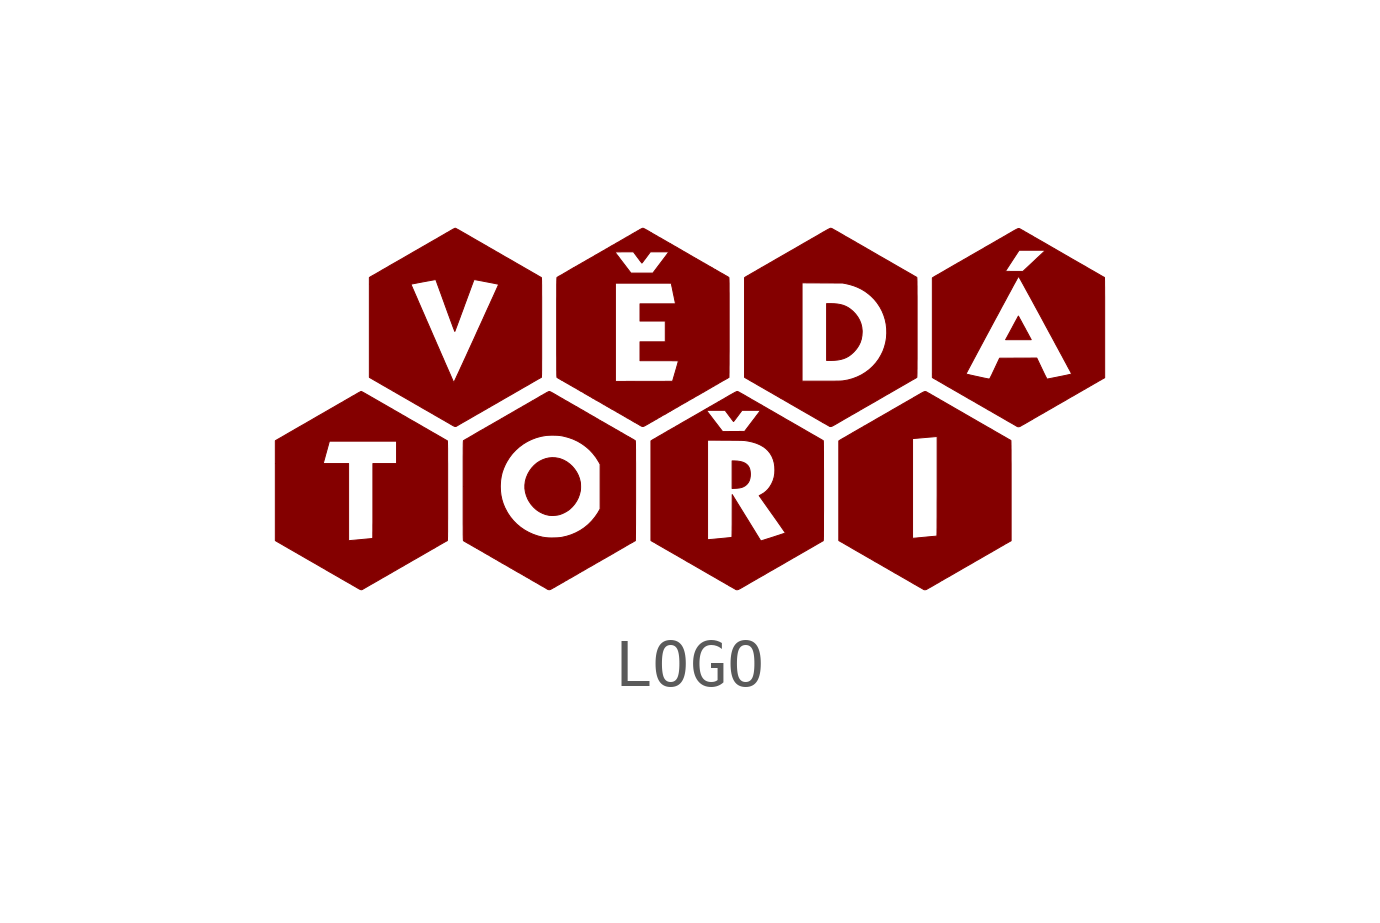
<source format=kicad_sym>
(kicad_symbol_lib
  (version 20210619)
  (generator bitmap2component)
  (symbol "LOGO"
    (pin_names
      (offset 1.016))
    (property "Reference" "#G"
      (at 0 3.363 0)
      (effects (font (size 1.27 1.27)) hide))
    (symbol "LOGO_0_0"
      (polyline (pts (xy -6.818 -3.72) (xy -6.807 -3.714) (xy -6.802 -3.711) (xy -6.788 -3.703) (xy -6.768 -3.691) (xy -6.743 -3.677) (xy -6.716 -3.661) (xy -6.688 -3.645) (xy -6.661 -3.629) (xy -6.636 -3.615) (xy -6.616 -3.603) (xy -6.601 -3.595) (xy -6.595 -3.592) (xy -6.577 -3.582) (xy -6.554 -3.568) (xy -6.527 -3.553) (xy -6.468 -3.519) (xy -6.441 -3.503) (xy -6.417 -3.489) (xy -6.399 -3.478) (xy -6.385 -3.47) (xy -6.374 -3.463) (xy -6.368 -3.461) (xy -6.363 -3.458) (xy -6.351 -3.452) (xy -6.333 -3.441) (xy -6.311 -3.429) (xy -6.285 -3.414) (xy -6.284 -3.413) (xy -6.259 -3.398) (xy -6.237 -3.386) (xy -6.219 -3.376) (xy -6.207 -3.369) (xy -6.202 -3.366) (xy -6.199 -3.364) (xy -6.188 -3.358) (xy -6.175 -3.349) (xy -6.162 -3.341) (xy -6.15 -3.334) (xy -6.144 -3.332) (xy -6.138 -3.33) (xy -6.127 -3.323) (xy -6.112 -3.314) (xy -6.099 -3.306) (xy -6.089 -3.299) (xy -6.084 -3.297) (xy -6.082 -3.296) (xy -6.072 -3.29) (xy -6.057 -3.282) (xy -6.039 -3.271) (xy -6.029 -3.265) (xy -6.005 -3.252) (xy -5.984 -3.24) (xy -5.967 -3.231) (xy -5.954 -3.224) (xy -5.94 -3.215) (xy -5.932 -3.209) (xy -5.927 -3.205) (xy -5.92 -3.202) (xy -5.92 -3.202) (xy -5.914 -3.199) (xy -5.901 -3.192) (xy -5.882 -3.181) (xy -5.859 -3.168) (xy -5.833 -3.153) (xy -5.806 -3.137) (xy -5.779 -3.121) (xy -5.755 -3.107) (xy -5.735 -3.096) (xy -5.723 -3.089) (xy -5.721 -3.088) (xy -5.706 -3.08) (xy -5.685 -3.068) (xy -5.661 -3.054) (xy -5.636 -3.04) (xy -5.633 -3.038) (xy -5.609 -3.024) (xy -5.586 -3.011) (xy -5.567 -3) (xy -5.554 -2.993) (xy -5.545 -2.987) (xy -5.531 -2.979) (xy -5.513 -2.969) (xy -5.49 -2.955) (xy -5.461 -2.939) (xy -5.425 -2.918) (xy -5.381 -2.892) (xy -5.377 -2.89) (xy -5.356 -2.878) (xy -5.338 -2.868) (xy -5.326 -2.862) (xy -5.321 -2.859) (xy -5.319 -2.858) (xy -5.31 -2.854) (xy -5.298 -2.845) (xy -5.288 -2.839) (xy -5.27 -2.828) (xy -5.251 -2.817) (xy -5.238 -2.811) (xy -5.225 -2.803) (xy -5.216 -2.797) (xy -5.212 -2.794) (xy -5.204 -2.789) (xy -5.202 -2.788) (xy -5.192 -2.783) (xy -5.178 -2.775) (xy -5.16 -2.765) (xy -5.138 -2.752) (xy -5.109 -2.736) (xy -5.087 -2.723) (xy -5.07 -2.714) (xy -5.059 -2.708) (xy -5.051 -2.704) (xy -5.046 -2.702) (xy -5.045 -2.701) (xy -5.044 -2.7) (xy -5.043 -2.698) (xy -5.043 -2.693) (xy -5.042 -2.687) (xy -5.041 -2.679) (xy -5.041 -2.667) (xy -5.04 -2.653) (xy -5.04 -2.635) (xy -5.039 -2.612) (xy -5.039 -2.586) (xy -5.039 -2.554) (xy -5.038 -2.518) (xy -5.038 -2.476) (xy -5.038 -2.428) (xy -5.038 -2.373) (xy -5.038 -2.312) (xy -5.037 -2.244) (xy -5.037 -2.167) (xy -5.037 -2.083) (xy -5.037 -1.991) (xy -5.037 -1.264) (xy -5.037 -1.177) (xy -5.037 -1.099) (xy -5.038 -1.028) (xy -5.038 -0.965) (xy -5.038 -0.908) (xy -5.038 -0.858) (xy -5.038 -0.815) (xy -5.038 -0.776) (xy -5.039 -0.743) (xy -5.039 -0.715) (xy -5.04 -0.692) (xy -5.04 -0.672) (xy -5.04 -0.657) (xy -5.041 -0.644) (xy -5.042 -0.635) (xy -5.042 -0.628) (xy -5.043 -0.623) (xy -5.044 -0.62) (xy -5.045 -0.619) (xy -5.046 -0.618) (xy -5.05 -0.616) (xy -5.061 -0.61) (xy -5.078 -0.601) (xy -5.097 -0.59) (xy -5.14 -0.565) (xy -5.182 -0.54) (xy -5.218 -0.52) (xy -5.247 -0.503) (xy -5.271 -0.489) (xy -5.291 -0.477) (xy -5.308 -0.468) (xy -5.323 -0.46) (xy -5.336 -0.452) (xy -5.338 -0.451) (xy -5.36 -0.439) (xy -5.386 -0.423) (xy -5.415 -0.407) (xy -5.442 -0.391) (xy -5.452 -0.385) (xy -5.474 -0.372) (xy -5.491 -0.362) (xy -5.503 -0.355) (xy -5.508 -0.353) (xy -5.51 -0.353) (xy -5.518 -0.349) (xy -5.529 -0.341) (xy -5.539 -0.336) (xy -5.555 -0.326) (xy -5.577 -0.313) (xy -5.602 -0.298) (xy -5.63 -0.282) (xy -5.658 -0.266) (xy -5.685 -0.25) (xy -5.71 -0.236) (xy -5.73 -0.224) (xy -5.745 -0.216) (xy -5.771 -0.202) (xy -5.811 -0.179) (xy -5.855 -0.154) (xy -5.901 -0.126) (xy -5.909 -0.121) (xy -5.93 -0.109) (xy -5.948 -0.099) (xy -5.96 -0.092) (xy -5.966 -0.089) (xy -5.971 -0.087) (xy -5.982 -0.081) (xy -5.996 -0.072) (xy -6.009 -0.064) (xy -6.02 -0.057) (xy -6.024 -0.055) (xy -6.027 -0.053) (xy -6.036 -0.048) (xy -6.051 -0.04) (xy -6.07 -0.029) (xy -6.08 -0.023) (xy -6.103 -0.01) (xy -6.124 0.002) (xy -6.141 0.011) (xy -6.153 0.018) (xy -6.169 0.027) (xy -6.18 0.035) (xy -6.18 0.035) (xy -6.19 0.042) (xy -6.196 0.045) (xy -6.198 0.046) (xy -6.208 0.051) (xy -6.224 0.06) (xy -6.245 0.072) (xy -6.269 0.085) (xy -6.281 0.093) (xy -6.306 0.107) (xy -6.33 0.121) (xy -6.349 0.132) (xy -6.362 0.14) (xy -6.364 0.141) (xy -6.378 0.148) (xy -6.398 0.16) (xy -6.423 0.174) (xy -6.45 0.19) (xy -6.479 0.207) (xy -6.484 0.209) (xy -6.514 0.227) (xy -6.543 0.243) (xy -6.568 0.258) (xy -6.589 0.27) (xy -6.604 0.279) (xy -6.607 0.28) (xy -6.623 0.289) (xy -6.645 0.302) (xy -6.672 0.318) (xy -6.702 0.335) (xy -6.732 0.352) (xy -6.744 0.359) (xy -6.772 0.375) (xy -6.796 0.388) (xy -6.816 0.399) (xy -6.831 0.405) (xy -6.838 0.408) (xy -6.839 0.408) (xy -6.848 0.405) (xy -6.864 0.397) (xy -6.887 0.385) (xy -6.914 0.37) (xy -6.944 0.352) (xy -6.977 0.332) (xy -6.986 0.327) (xy -6.997 0.321) (xy -7.003 0.318) (xy -7.008 0.316) (xy -7.018 0.311) (xy -7.032 0.302) (xy -7.039 0.298) (xy -7.051 0.291) (xy -7.062 0.284) (xy -7.074 0.277) (xy -7.089 0.268) (xy -7.109 0.257) (xy -7.136 0.242) (xy -7.154 0.231) (xy -7.178 0.218) (xy -7.199 0.205) (xy -7.214 0.196) (xy -7.226 0.188) (xy -7.237 0.181) (xy -7.243 0.179) (xy -7.243 0.179) (xy -7.25 0.175) (xy -7.264 0.168) (xy -7.283 0.157) (xy -7.307 0.143) (xy -7.333 0.128) (xy -7.361 0.112) (xy -7.394 0.092) (xy -7.426 0.074) (xy -7.456 0.057) (xy -7.479 0.044) (xy -7.501 0.031) (xy -7.53 0.014) (xy -7.558 -0.002) (xy -7.581 -0.015) (xy -7.593 -0.022) (xy -7.614 -0.035) (xy -7.633 -0.045) (xy -7.647 -0.053) (xy -7.652 -0.056) (xy -7.667 -0.065) (xy -7.688 -0.077) (xy -7.714 -0.091) (xy -7.743 -0.108) (xy -7.774 -0.126) (xy -7.801 -0.142) (xy -7.841 -0.165) (xy -7.881 -0.189) (xy -7.92 -0.211) (xy -7.957 -0.232) (xy -7.99 -0.252) (xy -8.02 -0.269) (xy -8.044 -0.282) (xy -8.062 -0.293) (xy -8.072 -0.298) (xy -8.084 -0.305) (xy -8.103 -0.316) (xy -8.127 -0.329) (xy -8.152 -0.344) (xy -8.178 -0.359) (xy -8.203 -0.373) (xy -8.224 -0.385) (xy -8.24 -0.395) (xy -8.25 -0.401) (xy -8.259 -0.406) (xy -8.276 -0.416) (xy -8.294 -0.426) (xy -8.295 -0.427) (xy -8.305 -0.432) (xy -8.315 -0.438) (xy -8.326 -0.444) (xy -8.341 -0.453) (xy -8.36 -0.464) (xy -8.384 -0.478) (xy -8.415 -0.496) (xy -8.452 -0.518) (xy -8.46 -0.522) (xy -8.485 -0.537) (xy -8.511 -0.552) (xy -8.533 -0.564) (xy -8.535 -0.565) (xy -8.557 -0.578) (xy -8.58 -0.591) (xy -8.599 -0.602) (xy -8.627 -0.619) (xy -8.627 -1.094) (xy -7.629 -1.094) (xy -7.625 -1.077) (xy -7.621 -1.063) (xy -7.615 -1.04) (xy -7.607 -1.012) (xy -7.597 -0.977) (xy -7.587 -0.938) (xy -7.575 -0.895) (xy -7.562 -0.849) (xy -7.501 -0.627) (xy -6.801 -0.627) (xy -6.101 -0.627) (xy -6.101 -1.094) (xy -6.594 -1.094) (xy -6.594 -1.924) (xy -6.594 -2.01) (xy -6.594 -2.092) (xy -6.594 -2.172) (xy -6.594 -2.247) (xy -6.594 -2.317) (xy -6.595 -2.382) (xy -6.595 -2.442) (xy -6.595 -2.495) (xy -6.596 -2.542) (xy -6.596 -2.582) (xy -6.596 -2.613) (xy -6.597 -2.636) (xy -6.597 -2.651) (xy -6.597 -2.655) (xy -6.603 -2.656) (xy -6.617 -2.657) (xy -6.64 -2.659) (xy -6.669 -2.662) (xy -6.705 -2.665) (xy -6.745 -2.669) (xy -6.789 -2.673) (xy -6.837 -2.678) (xy -6.883 -2.682) (xy -6.928 -2.686) (xy -6.97 -2.69) (xy -7.007 -2.693) (xy -7.038 -2.696) (xy -7.062 -2.698) (xy -7.079 -2.7) (xy -7.087 -2.7) (xy -7.101 -2.7) (xy -7.101 -1.094) (xy -7.629 -1.094) (xy -8.627 -1.094) (xy -8.627 -2.699) (xy -8.611 -2.709) (xy -8.61 -2.709) (xy -8.597 -2.717) (xy -8.579 -2.728) (xy -8.56 -2.738) (xy -8.535 -2.753) (xy -8.491 -2.778) (xy -8.455 -2.799) (xy -8.425 -2.817) (xy -8.401 -2.83) (xy -8.382 -2.841) (xy -8.368 -2.85) (xy -8.357 -2.856) (xy -8.35 -2.86) (xy -8.344 -2.864) (xy -8.341 -2.865) (xy -8.328 -2.873) (xy -8.317 -2.879) (xy -8.313 -2.881) (xy -8.307 -2.884) (xy -8.3 -2.888) (xy -8.289 -2.895) (xy -8.273 -2.904) (xy -8.252 -2.916) (xy -8.223 -2.933) (xy -8.209 -2.941) (xy -8.193 -2.95) (xy -8.181 -2.956) (xy -8.177 -2.959) (xy -8.173 -2.961) (xy -8.162 -2.967) (xy -8.149 -2.976) (xy -8.136 -2.984) (xy -8.124 -2.991) (xy -8.117 -2.994) (xy -8.11 -2.996) (xy -8.1 -3.003) (xy -8.091 -3.009) (xy -8.075 -3.018) (xy -8.058 -3.028) (xy -8.042 -3.037) (xy -8.02 -3.05) (xy -7.996 -3.064) (xy -7.971 -3.078) (xy -7.963 -3.083) (xy -7.939 -3.097) (xy -7.909 -3.114) (xy -7.875 -3.133) (xy -7.841 -3.153) (xy -7.807 -3.172) (xy -7.786 -3.184) (xy -7.757 -3.201) (xy -7.731 -3.216) (xy -7.71 -3.228) (xy -7.695 -3.237) (xy -7.688 -3.242) (xy -7.677 -3.248) (xy -7.661 -3.257) (xy -7.625 -3.277) (xy -7.609 -3.286) (xy -7.598 -3.292) (xy -7.59 -3.297) (xy -7.575 -3.307) (xy -7.555 -3.319) (xy -7.532 -3.332) (xy -7.509 -3.345) (xy -7.488 -3.358) (xy -7.47 -3.367) (xy -7.429 -3.391) (xy -7.343 -3.44) (xy -7.329 -3.448) (xy -7.313 -3.457) (xy -7.301 -3.464) (xy -7.296 -3.466) (xy -7.293 -3.467) (xy -7.285 -3.473) (xy -7.279 -3.477) (xy -7.266 -3.486) (xy -7.25 -3.494) (xy -7.248 -3.496) (xy -7.232 -3.505) (xy -7.21 -3.517) (xy -7.186 -3.531) (xy -7.161 -3.546) (xy -7.153 -3.55) (xy -7.13 -3.563) (xy -7.109 -3.575) (xy -7.093 -3.584) (xy -7.083 -3.589) (xy -7.076 -3.593) (xy -7.06 -3.602) (xy -7.044 -3.612) (xy -7.033 -3.619) (xy -7.018 -3.628) (xy -7.006 -3.634) (xy -7.002 -3.636) (xy -6.99 -3.644) (xy -6.971 -3.654) (xy -6.949 -3.667) (xy -6.924 -3.682) (xy -6.903 -3.694) (xy -6.878 -3.708) (xy -6.858 -3.718) (xy -6.842 -3.723) (xy -6.83 -3.723) (xy -6.818 -3.72)) (stroke (width 0.01)) (fill (type outline)))
      (polyline (pts (xy -2.895 -3.717) (xy -2.871 -3.705) (xy -2.851 -3.693) (xy -2.827 -3.68) (xy -2.807 -3.67) (xy -2.792 -3.661) (xy -2.78 -3.654) (xy -2.775 -3.65) (xy -2.774 -3.649) (xy -2.766 -3.644) (xy -2.752 -3.636) (xy -2.735 -3.627) (xy -2.729 -3.624) (xy -2.712 -3.615) (xy -2.7 -3.608) (xy -2.695 -3.605) (xy -2.694 -3.604) (xy -2.685 -3.598) (xy -2.671 -3.59) (xy -2.653 -3.58) (xy -2.644 -3.576) (xy -2.628 -3.567) (xy -2.616 -3.56) (xy -2.611 -3.556) (xy -2.611 -3.556) (xy -2.603 -3.55) (xy -2.586 -3.54) (xy -2.561 -3.527) (xy -2.548 -3.521) (xy -2.537 -3.514) (xy -2.532 -3.51) (xy -2.532 -3.51) (xy -2.526 -3.506) (xy -2.514 -3.498) (xy -2.498 -3.49) (xy -2.486 -3.484) (xy -2.465 -3.473) (xy -2.452 -3.466) (xy -2.443 -3.461) (xy -2.439 -3.458) (xy -2.437 -3.456) (xy -2.433 -3.453) (xy -2.422 -3.447) (xy -2.407 -3.439) (xy -2.395 -3.432) (xy -2.381 -3.424) (xy -2.373 -3.418) (xy -2.368 -3.415) (xy -2.357 -3.411) (xy -2.351 -3.41) (xy -2.347 -3.407) (xy -2.345 -3.404) (xy -2.337 -3.398) (xy -2.324 -3.39) (xy -2.315 -3.386) (xy -2.302 -3.378) (xy -2.296 -3.373) (xy -2.294 -3.37) (xy -2.284 -3.366) (xy -2.281 -3.366) (xy -2.271 -3.361) (xy -2.269 -3.36) (xy -2.256 -3.35) (xy -2.241 -3.341) (xy -2.228 -3.334) (xy -2.22 -3.332) (xy -2.216 -3.33) (xy -2.206 -3.325) (xy -2.2 -3.319) (xy -2.186 -3.311) (xy -2.17 -3.302) (xy -2.155 -3.293) (xy -2.141 -3.285) (xy -2.133 -3.28) (xy -2.126 -3.274) (xy -2.112 -3.267) (xy -2.095 -3.258) (xy -2.079 -3.249) (xy -2.067 -3.242) (xy -2.061 -3.237) (xy -2.058 -3.235) (xy -2.049 -3.232) (xy -2.043 -3.232) (xy -2.039 -3.228) (xy -2.035 -3.225) (xy -2.025 -3.218) (xy -2.01 -3.21) (xy -1.997 -3.203) (xy -1.978 -3.192) (xy -1.962 -3.182) (xy -1.956 -3.177) (xy -1.945 -3.17) (xy -1.938 -3.168) (xy -1.935 -3.166) (xy -1.925 -3.161) (xy -1.911 -3.153) (xy -1.903 -3.147) (xy -1.89 -3.14) (xy -1.882 -3.138) (xy -1.88 -3.137) (xy -1.874 -3.134) (xy -1.874 -3.134) (xy -1.869 -3.13) (xy -1.857 -3.122) (xy -1.841 -3.112) (xy -1.823 -3.102) (xy -1.805 -3.091) (xy -1.788 -3.082) (xy -1.776 -3.075) (xy -1.77 -3.073) (xy -1.768 -3.072) (xy -1.759 -3.067) (xy -1.746 -3.058) (xy -1.739 -3.053) (xy -1.726 -3.046) (xy -1.718 -3.043) (xy -1.715 -3.043) (xy -1.711 -3.039) (xy -1.71 -3.039) (xy -1.705 -3.034) (xy -1.693 -3.027) (xy -1.677 -3.019) (xy -1.674 -3.017) (xy -1.658 -3.009) (xy -1.646 -3.002) (xy -1.641 -2.999) (xy -1.633 -2.993) (xy -1.619 -2.984) (xy -1.6 -2.976) (xy -1.596 -2.974) (xy -1.585 -2.968) (xy -1.581 -2.963) (xy -1.581 -2.961) (xy -1.575 -2.959) (xy -1.567 -2.956) (xy -1.556 -2.949) (xy -1.547 -2.942) (xy -1.54 -2.939) (xy -1.536 -2.937) (xy -1.524 -2.931) (xy -1.51 -2.922) (xy -1.495 -2.913) (xy -1.473 -2.9) (xy -1.452 -2.889) (xy -1.451 -2.888) (xy -1.434 -2.879) (xy -1.422 -2.871) (xy -1.416 -2.866) (xy -1.413 -2.863) (xy -1.404 -2.859) (xy -1.4 -2.858) (xy -1.388 -2.853) (xy -1.374 -2.844) (xy -1.365 -2.839) (xy -1.355 -2.832) (xy -1.349 -2.829) (xy -1.346 -2.828) (xy -1.338 -2.823) (xy -1.337 -2.822) (xy -1.328 -2.816) (xy -1.313 -2.807) (xy -1.296 -2.797) (xy -1.293 -2.796) (xy -1.275 -2.786) (xy -1.259 -2.776) (xy -1.249 -2.769) (xy -1.239 -2.763) (xy -1.231 -2.76) (xy -1.229 -2.759) (xy -1.22 -2.755) (xy -1.207 -2.747) (xy -1.201 -2.743) (xy -1.192 -2.739) (xy -1.188 -2.739) (xy -1.187 -2.739) (xy -1.183 -2.734) (xy -1.179 -2.729) (xy -1.168 -2.725) (xy -1.163 -2.724) (xy -1.159 -2.721) (xy -1.155 -2.717) (xy -1.147 -2.711) (xy -1.135 -2.706) (xy -1.126 -2.703) (xy -1.126 -2.701) (xy -1.125 -2.691) (xy -1.125 -2.671) (xy -1.124 -2.641) (xy -1.124 -2.6) (xy -1.123 -2.551) (xy -1.123 -2.491) (xy -1.123 -2.421) (xy -1.122 -2.342) (xy -1.122 -2.253) (xy -1.122 -2.154) (xy -1.122 -2.045) (xy -1.121 -1.927) (xy -1.121 -1.799) (xy -1.121 -1.159) (xy -1.121 -1.083) (xy -1.122 -1.014) (xy -1.122 -0.952) (xy -1.122 -0.897) (xy -1.122 -0.849) (xy -1.122 -0.806) (xy -1.123 -0.769) (xy -1.123 -0.737) (xy -1.123 -0.71) (xy -1.123 -0.688) (xy -1.124 -0.669) (xy -1.125 -0.654) (xy -1.125 -0.642) (xy -1.126 -0.633) (xy -1.127 -0.626) (xy -1.127 -0.622) (xy -1.128 -0.619) (xy -1.129 -0.617) (xy -1.13 -0.616) (xy -1.131 -0.615) (xy -1.135 -0.613) (xy -1.147 -0.606) (xy -1.161 -0.597) (xy -1.165 -0.594) (xy -1.183 -0.584) (xy -1.198 -0.576) (xy -1.2 -0.576) (xy -1.215 -0.567) (xy -1.228 -0.558) (xy -1.239 -0.55) (xy -1.249 -0.547) (xy -1.254 -0.546) (xy -1.258 -0.543) (xy -1.258 -0.542) (xy -1.263 -0.537) (xy -1.274 -0.532) (xy -1.276 -0.531) (xy -1.29 -0.524) (xy -1.308 -0.514) (xy -1.327 -0.503) (xy -1.333 -0.499) (xy -1.352 -0.488) (xy -1.371 -0.477) (xy -1.384 -0.47) (xy -1.388 -0.467) (xy -1.398 -0.461) (xy -1.402 -0.456) (xy -1.403 -0.455) (xy -1.409 -0.453) (xy -1.414 -0.451) (xy -1.426 -0.446) (xy -1.44 -0.438) (xy -1.454 -0.429) (xy -1.466 -0.422) (xy -1.471 -0.416) (xy -1.474 -0.414) (xy -1.482 -0.413) (xy -1.488 -0.412) (xy -1.492 -0.409) (xy -1.495 -0.405) (xy -1.506 -0.398) (xy -1.52 -0.39) (xy -1.534 -0.383) (xy -1.551 -0.374) (xy -1.564 -0.366) (xy -1.573 -0.36) (xy -1.59 -0.35) (xy -1.607 -0.341) (xy -1.621 -0.333) (xy -1.632 -0.326) (xy -1.636 -0.322) (xy -1.638 -0.32) (xy -1.646 -0.318) (xy -1.651 -0.318) (xy -1.659 -0.313) (xy -1.662 -0.31) (xy -1.673 -0.303) (xy -1.687 -0.295) (xy -1.698 -0.29) (xy -1.712 -0.282) (xy -1.721 -0.276) (xy -1.721 -0.275) (xy -1.731 -0.269) (xy -1.745 -0.261) (xy -1.763 -0.251) (xy -1.767 -0.249) (xy -1.783 -0.24) (xy -1.795 -0.233) (xy -1.8 -0.229) (xy -1.804 -0.226) (xy -1.814 -0.222) (xy -1.819 -0.22) (xy -1.833 -0.213) (xy -1.847 -0.203) (xy -1.855 -0.198) (xy -1.867 -0.192) (xy -1.874 -0.189) (xy -1.88 -0.187) (xy -1.889 -0.18) (xy -1.895 -0.175) (xy -1.908 -0.167) (xy -1.925 -0.158) (xy -1.936 -0.152) (xy -1.954 -0.141) (xy -1.969 -0.132) (xy -1.973 -0.129) (xy -1.984 -0.122) (xy -1.99 -0.119) (xy -1.993 -0.118) (xy -2.002 -0.114) (xy -2.015 -0.106) (xy -2.022 -0.102) (xy -2.037 -0.092) (xy -2.049 -0.086) (xy -2.054 -0.084) (xy -2.069 -0.075) (xy -2.086 -0.066) (xy -2.101 -0.057) (xy -2.113 -0.049) (xy -2.118 -0.045) (xy -2.119 -0.045) (xy -2.125 -0.041) (xy -2.137 -0.034) (xy -2.153 -0.025) (xy -2.154 -0.025) (xy -2.171 -0.016) (xy -2.185 -0.008) (xy -2.193 -0.002) (xy -2.193 -0.002) (xy -2.202 0.004) (xy -2.216 0.012) (xy -2.233 0.021) (xy -2.256 0.033) (xy -2.275 0.044) (xy -2.287 0.051) (xy -2.292 0.055) (xy -2.295 0.056) (xy -2.304 0.062) (xy -2.317 0.069) (xy -2.325 0.074) (xy -2.338 0.082) (xy -2.346 0.088) (xy -2.351 0.091) (xy -2.362 0.095) (xy -2.368 0.095) (xy -2.372 0.098) (xy -2.374 0.101) (xy -2.382 0.107) (xy -2.396 0.114) (xy -2.403 0.118) (xy -2.422 0.129) (xy -2.439 0.139) (xy -2.449 0.144) (xy -2.468 0.155) (xy -2.486 0.166) (xy -2.499 0.173) (xy -2.511 0.18) (xy -2.516 0.183) (xy -2.519 0.186) (xy -2.53 0.193) (xy -2.55 0.203) (xy -2.578 0.218) (xy -2.589 0.223) (xy -2.6 0.23) (xy -2.606 0.234) (xy -2.611 0.238) (xy -2.623 0.245) (xy -2.638 0.254) (xy -2.653 0.262) (xy -2.672 0.273) (xy -2.688 0.281) (xy -2.692 0.284) (xy -2.709 0.294) (xy -2.724 0.302) (xy -2.726 0.303) (xy -2.736 0.309) (xy -2.74 0.314) (xy -2.742 0.317) (xy -2.75 0.318) (xy -2.756 0.319) (xy -2.763 0.324) (xy -2.765 0.326) (xy -2.774 0.333) (xy -2.787 0.341) (xy -2.793 0.343) (xy -2.804 0.349) (xy -2.81 0.353) (xy -2.81 0.354) (xy -2.818 0.358) (xy -2.829 0.365) (xy -2.841 0.371) (xy -2.859 0.381) (xy -2.877 0.391) (xy -2.894 0.399) (xy -2.909 0.405) (xy -2.919 0.408) (xy -2.926 0.406) (xy -2.941 0.4) (xy -2.958 0.392) (xy -2.977 0.382) (xy -2.993 0.373) (xy -3.004 0.365) (xy -3.009 0.361) (xy -3.018 0.358) (xy -3.023 0.356) (xy -3.034 0.35) (xy -3.048 0.341) (xy -3.06 0.333) (xy -3.072 0.326) (xy -3.08 0.323) (xy -3.085 0.322) (xy -3.094 0.316) (xy -3.1 0.312) (xy -3.113 0.304) (xy -3.128 0.295) (xy -3.141 0.288) (xy -3.152 0.281) (xy -3.158 0.278) (xy -3.158 0.277) (xy -3.165 0.272) (xy -3.178 0.265) (xy -3.195 0.256) (xy -3.198 0.254) (xy -3.215 0.244) (xy -3.229 0.236) (xy -3.236 0.23) (xy -3.241 0.227) (xy -3.252 0.224) (xy -3.258 0.223) (xy -3.262 0.22) (xy -3.264 0.217) (xy -3.272 0.211) (xy -3.286 0.204) (xy -3.295 0.199) (xy -3.306 0.192) (xy -3.312 0.188) (xy -3.313 0.187) (xy -3.322 0.182) (xy -3.336 0.174) (xy -3.354 0.164) (xy -3.363 0.159) (xy -3.379 0.15) (xy -3.391 0.143) (xy -3.396 0.139) (xy -3.398 0.138) (xy -3.408 0.132) (xy -3.423 0.124) (xy -3.441 0.114) (xy -3.452 0.108) (xy -3.469 0.099) (xy -3.481 0.092) (xy -3.486 0.088) (xy -3.488 0.086) (xy -3.498 0.08) (xy -3.514 0.071) (xy -3.535 0.06) (xy -3.558 0.047) (xy -3.573 0.039) (xy -3.588 0.03) (xy -3.602 0.021) (xy -3.618 0.013) (xy -3.62 0.012) (xy -3.635 0.003) (xy -3.65 -0.007) (xy -3.654 -0.01) (xy -3.665 -0.017) (xy -3.672 -0.02) (xy -3.675 -0.021) (xy -3.684 -0.025) (xy -3.697 -0.033) (xy -3.702 -0.037) (xy -3.718 -0.047) (xy -3.732 -0.055) (xy -3.757 -0.068) (xy -3.785 -0.084) (xy -3.806 -0.096) (xy -3.82 -0.105) (xy -3.82 -0.105) (xy -3.83 -0.112) (xy -3.837 -0.114) (xy -3.841 -0.116) (xy -3.852 -0.123) (xy -3.867 -0.132) (xy -3.879 -0.14) (xy -3.892 -0.147) (xy -3.898 -0.149) (xy -3.901 -0.15) (xy -3.91 -0.154) (xy -3.917 -0.16) (xy -3.936 -0.172) (xy -3.961 -0.187) (xy -3.991 -0.204) (xy -3.999 -0.208) (xy -4.016 -0.217) (xy -4.029 -0.225) (xy -4.035 -0.229) (xy -4.036 -0.229) (xy -4.044 -0.234) (xy -4.058 -0.242) (xy -4.075 -0.251) (xy -4.079 -0.254) (xy -4.095 -0.263) (xy -4.107 -0.27) (xy -4.112 -0.274) (xy -4.113 -0.274) (xy -4.121 -0.279) (xy -4.135 -0.287) (xy -4.152 -0.296) (xy -4.158 -0.299) (xy -4.175 -0.308) (xy -4.187 -0.315) (xy -4.192 -0.318) (xy -4.192 -0.318) (xy -4.201 -0.325) (xy -4.218 -0.334) (xy -4.243 -0.348) (xy -4.257 -0.355) (xy -4.271 -0.364) (xy -4.279 -0.37) (xy -4.285 -0.375) (xy -4.293 -0.378) (xy -4.299 -0.38) (xy -4.311 -0.386) (xy -4.325 -0.395) (xy -4.338 -0.403) (xy -4.351 -0.41) (xy -4.359 -0.413) (xy -4.361 -0.413) (xy -4.367 -0.417) (xy -4.367 -0.417) (xy -4.374 -0.423) (xy -4.387 -0.43) (xy -4.403 -0.44) (xy -4.407 -0.442) (xy -4.424 -0.451) (xy -4.438 -0.46) (xy -4.446 -0.466) (xy -4.451 -0.469) (xy -4.458 -0.472) (xy -4.462 -0.474) (xy -4.473 -0.48) (xy -4.487 -0.489) (xy -4.505 -0.5) (xy -4.526 -0.513) (xy -4.548 -0.524) (xy -4.552 -0.527) (xy -4.568 -0.536) (xy -4.58 -0.543) (xy -4.585 -0.547) (xy -4.587 -0.548) (xy -4.596 -0.554) (xy -4.611 -0.562) (xy -4.63 -0.572) (xy -4.64 -0.578) (xy -4.657 -0.587) (xy -4.669 -0.594) (xy -4.674 -0.597) (xy -4.682 -0.602) (xy -4.694 -0.61) (xy -4.705 -0.615) (xy -4.706 -0.615) (xy -4.707 -0.617) (xy -4.708 -0.619) (xy -4.709 -0.623) (xy -4.709 -0.63) (xy -4.71 -0.638) (xy -4.711 -0.65) (xy -4.711 -0.664) (xy -4.712 -0.683) (xy -4.712 -0.705) (xy -4.712 -0.732) (xy -4.713 -0.763) (xy -4.713 -0.8) (xy -4.713 -0.842) (xy -4.713 -0.89) (xy -4.714 -0.945) (xy -4.714 -1.006) (xy -4.714 -1.075) (xy -4.714 -1.151) (xy -4.714 -1.235) (xy -4.714 -1.429) (xy -4.714 -1.539) (xy -4.714 -1.574) (xy -3.94 -1.574) (xy -3.939 -1.536) (xy -3.933 -1.446) (xy -3.92 -1.36) (xy -3.9 -1.277) (xy -3.871 -1.195) (xy -3.834 -1.111) (xy -3.803 -1.053) (xy -3.749 -0.967) (xy -3.687 -0.886) (xy -3.618 -0.813) (xy -3.543 -0.746) (xy -3.462 -0.686) (xy -3.376 -0.634) (xy -3.285 -0.59) (xy -3.19 -0.554) (xy -3.091 -0.527) (xy -2.989 -0.509) (xy -2.969 -0.507) (xy -2.928 -0.505) (xy -2.882 -0.503) (xy -2.834 -0.503) (xy -2.785 -0.504) (xy -2.74 -0.506) (xy -2.699 -0.51) (xy -2.665 -0.515) (xy -2.624 -0.523) (xy -2.521 -0.55) (xy -2.422 -0.585) (xy -2.328 -0.629) (xy -2.24 -0.681) (xy -2.157 -0.741) (xy -2.08 -0.808) (xy -2.01 -0.883) (xy -1.946 -0.965) (xy -1.89 -1.054) (xy -1.86 -1.107) (xy -1.86 -2.041) (xy -1.89 -2.093) (xy -1.91 -2.128) (xy -1.97 -2.214) (xy -2.036 -2.293) (xy -2.108 -2.365) (xy -2.187 -2.43) (xy -2.272 -2.487) (xy -2.363 -2.536) (xy -2.458 -2.577) (xy -2.559 -2.609) (xy -2.665 -2.633) (xy -2.686 -2.636) (xy -2.719 -2.639) (xy -2.759 -2.642) (xy -2.802 -2.643) (xy -2.848 -2.644) (xy -2.892 -2.644) (xy -2.934 -2.643) (xy -2.971 -2.64) (xy -3.001 -2.637) (xy -3.064 -2.627) (xy -3.161 -2.602) (xy -3.256 -2.569) (xy -3.347 -2.528) (xy -3.432 -2.481) (xy -3.518 -2.422) (xy -3.597 -2.356) (xy -3.668 -2.284) (xy -3.733 -2.204) (xy -3.79 -2.119) (xy -3.839 -2.026) (xy -3.844 -2.017) (xy -3.879 -1.933) (xy -3.906 -1.847) (xy -3.925 -1.76) (xy -3.936 -1.67) (xy -3.94 -1.574) (xy -4.714 -1.574) (xy -4.714 -1.747) (xy -4.714 -1.86) (xy -4.714 -2.058) (xy -4.714 -2.145) (xy -4.714 -2.223) (xy -4.714 -2.294) (xy -4.714 -2.357) (xy -4.713 -2.414) (xy -4.713 -2.464) (xy -4.713 -2.507) (xy -4.713 -2.546) (xy -4.713 -2.579) (xy -4.712 -2.607) (xy -4.712 -2.63) (xy -4.711 -2.649) (xy -4.711 -2.665) (xy -4.71 -2.677) (xy -4.71 -2.687) (xy -4.709 -2.693) (xy -4.708 -2.698) (xy -4.707 -2.701) (xy -4.706 -2.703) (xy -4.705 -2.704) (xy -4.702 -2.705) (xy -4.691 -2.711) (xy -4.677 -2.72) (xy -4.67 -2.724) (xy -4.652 -2.735) (xy -4.624 -2.75) (xy -4.614 -2.757) (xy -4.61 -2.761) (xy -4.608 -2.763) (xy -4.6 -2.765) (xy -4.594 -2.766) (xy -4.584 -2.771) (xy -4.577 -2.776) (xy -4.564 -2.785) (xy -4.548 -2.794) (xy -4.532 -2.803) (xy -4.516 -2.812) (xy -4.505 -2.819) (xy -4.497 -2.824) (xy -4.481 -2.833) (xy -4.464 -2.842) (xy -4.45 -2.849) (xy -4.44 -2.856) (xy -4.436 -2.86) (xy -4.434 -2.862) (xy -4.427 -2.864) (xy -4.422 -2.865) (xy -4.412 -2.87) (xy -4.409 -2.873) (xy -4.404 -2.877) (xy -4.396 -2.881) (xy -4.384 -2.888) (xy -4.367 -2.898) (xy -4.343 -2.911) (xy -4.312 -2.929) (xy -4.302 -2.934) (xy -4.287 -2.943) (xy -4.276 -2.951) (xy -4.271 -2.955) (xy -4.27 -2.957) (xy -4.263 -2.959) (xy -4.258 -2.96) (xy -4.245 -2.967) (xy -4.231 -2.976) (xy -4.22 -2.984) (xy -4.208 -2.991) (xy -4.201 -2.994) (xy -4.198 -2.994) (xy -4.188 -2.999) (xy -4.174 -3.008) (xy -4.158 -3.018) (xy -4.142 -3.028) (xy -4.13 -3.037) (xy -4.128 -3.038) (xy -4.119 -3.042) (xy -4.115 -3.043) (xy -4.105 -3.049) (xy -4.092 -3.057) (xy -4.085 -3.062) (xy -4.068 -3.071) (xy -4.054 -3.078) (xy -4.052 -3.079) (xy -4.042 -3.084) (xy -4.038 -3.089) (xy -4.037 -3.09) (xy -4.032 -3.093) (xy -4.031 -3.093) (xy -4.023 -3.096) (xy -4.01 -3.103) (xy -3.995 -3.112) (xy -3.98 -3.121) (xy -3.969 -3.129) (xy -3.964 -3.134) (xy -3.963 -3.135) (xy -3.955 -3.138) (xy -3.955 -3.138) (xy -3.947 -3.14) (xy -3.935 -3.147) (xy -3.921 -3.155) (xy -3.91 -3.163) (xy -3.904 -3.169) (xy -3.902 -3.171) (xy -3.894 -3.172) (xy -3.885 -3.175) (xy -3.874 -3.182) (xy -3.864 -3.19) (xy -3.852 -3.195) (xy -3.845 -3.199) (xy -3.831 -3.206) (xy -3.815 -3.216) (xy -3.803 -3.223) (xy -3.791 -3.23) (xy -3.784 -3.232) (xy -3.783 -3.232) (xy -3.779 -3.236) (xy -3.777 -3.239) (xy -3.768 -3.244) (xy -3.754 -3.252) (xy -3.744 -3.257) (xy -3.734 -3.264) (xy -3.729 -3.268) (xy -3.729 -3.27) (xy -3.722 -3.272) (xy -3.714 -3.273) (xy -3.699 -3.281) (xy -3.683 -3.293) (xy -3.675 -3.299) (xy -3.663 -3.305) (xy -3.656 -3.308) (xy -3.645 -3.314) (xy -3.644 -3.315) (xy -3.635 -3.321) (xy -3.62 -3.33) (xy -3.603 -3.339) (xy -3.598 -3.342) (xy -3.583 -3.351) (xy -3.571 -3.358) (xy -3.566 -3.362) (xy -3.565 -3.364) (xy -3.557 -3.366) (xy -3.55 -3.368) (xy -3.538 -3.375) (xy -3.523 -3.384) (xy -3.51 -3.392) (xy -3.498 -3.399) (xy -3.492 -3.401) (xy -3.49 -3.402) (xy -3.48 -3.407) (xy -3.468 -3.416) (xy -3.461 -3.421) (xy -3.45 -3.428) (xy -3.443 -3.431) (xy -3.438 -3.433) (xy -3.426 -3.439) (xy -3.412 -3.449) (xy -3.4 -3.456) (xy -3.388 -3.463) (xy -3.381 -3.466) (xy -3.376 -3.467) (xy -3.367 -3.473) (xy -3.361 -3.477) (xy -3.349 -3.485) (xy -3.333 -3.493) (xy -3.321 -3.499) (xy -3.311 -3.506) (xy -3.307 -3.51) (xy -3.307 -3.51) (xy -3.301 -3.515) (xy -3.29 -3.52) (xy -3.276 -3.527) (xy -3.263 -3.536) (xy -3.263 -3.536) (xy -3.255 -3.542) (xy -3.252 -3.543) (xy -3.251 -3.542) (xy -3.246 -3.544) (xy -3.24 -3.548) (xy -3.228 -3.555) (xy -3.212 -3.564) (xy -3.21 -3.566) (xy -3.181 -3.581) (xy -3.16 -3.593) (xy -3.147 -3.601) (xy -3.139 -3.606) (xy -3.133 -3.61) (xy -3.119 -3.619) (xy -3.104 -3.627) (xy -3.092 -3.633) (xy -3.087 -3.635) (xy -3.083 -3.641) (xy -3.083 -3.642) (xy -3.079 -3.643) (xy -3.072 -3.644) (xy -3.062 -3.649) (xy -3.055 -3.654) (xy -3.04 -3.663) (xy -3.023 -3.672) (xy -3.011 -3.679) (xy -2.999 -3.686) (xy -2.994 -3.69) (xy -2.989 -3.693) (xy -2.978 -3.7) (xy -2.964 -3.709) (xy -2.95 -3.716) (xy -2.931 -3.722) (xy -2.914 -3.723) (xy -2.895 -3.717)) (stroke (width 0.01)) (fill (type outline)))
      (polyline (pts (xy 1.02 -3.718) (xy 1.05 -3.703) (xy 1.055 -3.701) (xy 1.074 -3.69) (xy 1.09 -3.681) (xy 1.101 -3.675) (xy 1.107 -3.671) (xy 1.123 -3.662) (xy 1.147 -3.648) (xy 1.179 -3.63) (xy 1.218 -3.607) (xy 1.263 -3.58) (xy 1.315 -3.55) (xy 1.326 -3.544) (xy 1.349 -3.531) (xy 1.371 -3.518) (xy 1.387 -3.509) (xy 1.4 -3.502) (xy 1.414 -3.494) (xy 1.423 -3.488) (xy 1.428 -3.484) (xy 1.433 -3.481) (xy 1.434 -3.481) (xy 1.441 -3.477) (xy 1.455 -3.47) (xy 1.474 -3.459) (xy 1.495 -3.447) (xy 1.498 -3.445) (xy 1.522 -3.432) (xy 1.544 -3.42) (xy 1.561 -3.41) (xy 1.573 -3.404) (xy 1.577 -3.401) (xy 1.587 -3.395) (xy 1.591 -3.39) (xy 1.594 -3.388) (xy 1.602 -3.384) (xy 1.609 -3.381) (xy 1.623 -3.373) (xy 1.638 -3.364) (xy 1.647 -3.359) (xy 1.665 -3.348) (xy 1.688 -3.335) (xy 1.71 -3.322) (xy 1.723 -3.316) (xy 1.748 -3.302) (xy 1.771 -3.288) (xy 1.79 -3.277) (xy 1.8 -3.272) (xy 1.819 -3.26) (xy 1.844 -3.246) (xy 1.872 -3.231) (xy 1.899 -3.215) (xy 1.92 -3.203) (xy 1.945 -3.189) (xy 1.967 -3.176) (xy 1.984 -3.166) (xy 1.994 -3.16) (xy 2.005 -3.153) (xy 2.022 -3.143) (xy 2.043 -3.131) (xy 2.066 -3.118) (xy 2.087 -3.106) (xy 2.113 -3.091) (xy 2.138 -3.076) (xy 2.157 -3.065) (xy 2.163 -3.061) (xy 2.179 -3.052) (xy 2.191 -3.046) (xy 2.197 -3.043) (xy 2.201 -3.041) (xy 2.212 -3.035) (xy 2.226 -3.026) (xy 2.239 -3.018) (xy 2.25 -3.011) (xy 2.255 -3.008) (xy 2.258 -3.007) (xy 2.269 -3.001) (xy 2.286 -2.992) (xy 2.307 -2.979) (xy 2.331 -2.965) (xy 2.347 -2.956) (xy 2.373 -2.941) (xy 2.398 -2.927) (xy 2.418 -2.915) (xy 2.432 -2.908) (xy 2.444 -2.901) (xy 2.46 -2.891) (xy 2.472 -2.884) (xy 2.473 -2.883) (xy 2.482 -2.877) (xy 2.488 -2.874) (xy 2.488 -2.874) (xy 2.495 -2.871) (xy 2.508 -2.864) (xy 2.526 -2.853) (xy 2.547 -2.841) (xy 2.57 -2.828) (xy 2.595 -2.813) (xy 2.618 -2.8) (xy 2.635 -2.79) (xy 2.654 -2.779) (xy 2.672 -2.768) (xy 2.685 -2.761) (xy 2.687 -2.759) (xy 2.702 -2.751) (xy 2.715 -2.744) (xy 2.722 -2.74) (xy 2.736 -2.732) (xy 2.752 -2.722) (xy 2.763 -2.716) (xy 2.777 -2.708) (xy 2.786 -2.704) (xy 2.787 -2.703) (xy 2.788 -2.702) (xy 2.788 -2.699) (xy 2.789 -2.695) (xy 2.79 -2.689) (xy 2.791 -2.68) (xy 2.791 -2.669) (xy 2.792 -2.654) (xy 2.792 -2.636) (xy 2.793 -2.613) (xy 2.793 -2.587) (xy 2.793 -2.555) (xy 2.793 -2.518) (xy 2.794 -2.476) (xy 2.794 -2.428) (xy 2.794 -2.373) (xy 2.794 -2.312) (xy 2.794 -2.243) (xy 2.794 -2.167) (xy 2.795 -2.083) (xy 2.795 -1.889) (xy 2.795 -1.779) (xy 2.795 -1.559) (xy 2.795 -1.446) (xy 2.795 -1.249) (xy 2.794 -1.163) (xy 2.794 -1.085) (xy 2.794 -1.015) (xy 2.794 -0.952) (xy 2.794 -0.896) (xy 2.794 -0.847) (xy 2.793 -0.803) (xy 2.793 -0.766) (xy 2.793 -0.733) (xy 2.792 -0.706) (xy 2.792 -0.683) (xy 2.792 -0.664) (xy 2.791 -0.649) (xy 2.791 -0.637) (xy 2.79 -0.628) (xy 2.789 -0.622) (xy 2.788 -0.618) (xy 2.788 -0.616) (xy 2.787 -0.615) (xy 2.785 -0.614) (xy 2.776 -0.609) (xy 2.76 -0.601) (xy 2.741 -0.589) (xy 2.718 -0.576) (xy 2.702 -0.567) (xy 2.677 -0.552) (xy 2.654 -0.539) (xy 2.631 -0.525) (xy 2.605 -0.511) (xy 2.575 -0.494) (xy 2.538 -0.473) (xy 2.537 -0.472) (xy 2.516 -0.46) (xy 2.497 -0.449) (xy 2.483 -0.441) (xy 2.476 -0.437) (xy 2.467 -0.432) (xy 2.45 -0.422) (xy 2.429 -0.41) (xy 2.409 -0.398) (xy 2.391 -0.387) (xy 2.378 -0.38) (xy 2.374 -0.378) (xy 2.36 -0.37) (xy 2.34 -0.358) (xy 2.317 -0.345) (xy 2.283 -0.325) (xy 2.257 -0.31) (xy 2.232 -0.296) (xy 2.211 -0.283) (xy 2.195 -0.275) (xy 2.181 -0.267) (xy 2.16 -0.254) (xy 2.135 -0.24) (xy 2.111 -0.226) (xy 2.089 -0.214) (xy 2.065 -0.2) (xy 2.043 -0.188) (xy 2.027 -0.179) (xy 2.012 -0.171) (xy 1.996 -0.161) (xy 1.984 -0.154) (xy 1.982 -0.153) (xy 1.97 -0.145) (xy 1.952 -0.135) (xy 1.931 -0.122) (xy 1.908 -0.109) (xy 1.885 -0.096) (xy 1.865 -0.085) (xy 1.85 -0.076) (xy 1.845 -0.073) (xy 1.828 -0.064) (xy 1.811 -0.053) (xy 1.804 -0.049) (xy 1.793 -0.042) (xy 1.788 -0.04) (xy 1.786 -0.039) (xy 1.777 -0.035) (xy 1.765 -0.027) (xy 1.76 -0.024) (xy 1.743 -0.014) (xy 1.729 -0.005) (xy 1.701 0.01) (xy 1.676 0.024) (xy 1.651 0.038) (xy 1.623 0.055) (xy 1.613 0.061) (xy 1.59 0.074) (xy 1.568 0.087) (xy 1.551 0.096) (xy 1.539 0.103) (xy 1.525 0.111) (xy 1.517 0.117) (xy 1.509 0.122) (xy 1.496 0.13) (xy 1.479 0.139) (xy 1.468 0.144) (xy 1.447 0.156) (xy 1.423 0.17) (xy 1.4 0.184) (xy 1.383 0.193) (xy 1.359 0.207) (xy 1.337 0.22) (xy 1.32 0.229) (xy 1.305 0.237) (xy 1.291 0.245) (xy 1.283 0.25) (xy 1.282 0.251) (xy 1.271 0.258) (xy 1.258 0.266) (xy 1.251 0.27) (xy 1.235 0.279) (xy 1.215 0.29) (xy 1.193 0.303) (xy 1.176 0.313) (xy 1.155 0.326) (xy 1.138 0.335) (xy 1.124 0.343) (xy 1.11 0.351) (xy 1.093 0.36) (xy 1.081 0.367) (xy 1.059 0.379) (xy 1.039 0.391) (xy 1.024 0.399) (xy 1.008 0.405) (xy 0.996 0.408) (xy 0.988 0.406) (xy 0.971 0.399) (xy 0.948 0.388) (xy 0.921 0.373) (xy 0.916 0.37) (xy 0.892 0.357) (xy 0.87 0.344) (xy 0.851 0.334) (xy 0.839 0.328) (xy 0.832 0.324) (xy 0.821 0.318) (xy 0.816 0.313) (xy 0.811 0.31) (xy 0.8 0.304) (xy 0.786 0.296) (xy 0.774 0.289) (xy 0.754 0.278) (xy 0.738 0.268) (xy 0.729 0.262) (xy 0.71 0.251) (xy 0.691 0.24) (xy 0.679 0.234) (xy 0.659 0.223) (xy 0.643 0.212) (xy 0.635 0.208) (xy 0.624 0.201) (xy 0.618 0.199) (xy 0.613 0.197) (xy 0.602 0.191) (xy 0.587 0.181) (xy 0.575 0.173) (xy 0.564 0.167) (xy 0.559 0.164) (xy 0.558 0.164) (xy 0.551 0.16) (xy 0.537 0.152) (xy 0.519 0.142) (xy 0.498 0.129) (xy 0.491 0.126) (xy 0.47 0.113) (xy 0.453 0.103) (xy 0.44 0.097) (xy 0.435 0.095) (xy 0.434 0.094) (xy 0.426 0.09) (xy 0.416 0.083) (xy 0.407 0.077) (xy 0.391 0.067) (xy 0.373 0.058) (xy 0.36 0.051) (xy 0.346 0.043) (xy 0.338 0.037) (xy 0.333 0.033) (xy 0.326 0.03) (xy 0.325 0.029) (xy 0.317 0.026) (xy 0.304 0.018) (xy 0.298 0.015) (xy 0.353 0.015) (xy 0.744 0.015) (xy 0.831 -0.102) (xy 0.837 -0.11) (xy 0.859 -0.139) (xy 0.878 -0.165) (xy 0.895 -0.187) (xy 0.908 -0.204) (xy 0.916 -0.215) (xy 0.92 -0.218) (xy 0.92 -0.218) (xy 0.925 -0.212) (xy 0.935 -0.2) (xy 0.949 -0.181) (xy 0.967 -0.158) (xy 0.987 -0.131) (xy 1.009 -0.102) (xy 1.096 0.015) (xy 1.482 0.015) (xy 1.473 0.001) (xy 1.472 -0.000100) (xy 1.465 -0.009) (xy 1.453 -0.025) (xy 1.437 -0.047) (xy 1.416 -0.074) (xy 1.392 -0.105) (xy 1.366 -0.141) (xy 1.337 -0.179) (xy 1.306 -0.219) (xy 1.15 -0.425) (xy 0.692 -0.428) (xy 0.62 -0.335) (xy 0.619 -0.333) (xy 0.597 -0.304) (xy 0.57 -0.269) (xy 0.54 -0.23) (xy 0.509 -0.19) (xy 0.479 -0.15) (xy 0.451 -0.113) (xy 0.353 0.015) (xy 0.298 0.015) (xy 0.287 0.008) (xy 0.287 0.008) (xy 0.264 -0.006) (xy 0.237 -0.021) (xy 0.214 -0.035) (xy 0.213 -0.035) (xy 0.19 -0.048) (xy 0.163 -0.064) (xy 0.139 -0.077) (xy 0.132 -0.082) (xy 0.108 -0.095) (xy 0.082 -0.111) (xy 0.057 -0.124) (xy 0.048 -0.13) (xy 0.023 -0.144) (xy -0.001 -0.158) (xy -0.02 -0.169) (xy -0.029 -0.174) (xy -0.049 -0.186) (xy -0.074 -0.2) (xy -0.102 -0.215) (xy -0.129 -0.231) (xy -0.149 -0.242) (xy -0.175 -0.258) (xy -0.2 -0.272) (xy -0.219 -0.284) (xy -0.232 -0.292) (xy -0.244 -0.299) (xy -0.256 -0.306) (xy -0.262 -0.308) (xy -0.265 -0.309) (xy -0.274 -0.314) (xy -0.286 -0.322) (xy -0.292 -0.326) (xy -0.305 -0.335) (xy -0.315 -0.34) (xy -0.315 -0.34) (xy -0.323 -0.344) (xy -0.338 -0.352) (xy -0.357 -0.363) (xy -0.379 -0.375) (xy -0.382 -0.377) (xy -0.402 -0.389) (xy -0.419 -0.399) (xy -0.432 -0.405) (xy -0.437 -0.408) (xy -0.444 -0.41) (xy -0.453 -0.417) (xy -0.454 -0.418) (xy -0.465 -0.425) (xy -0.481 -0.435) (xy -0.5 -0.445) (xy -0.504 -0.448) (xy -0.52 -0.457) (xy -0.532 -0.463) (xy -0.537 -0.467) (xy -0.538 -0.468) (xy -0.545 -0.473) (xy -0.557 -0.479) (xy -0.573 -0.488) (xy -0.594 -0.5) (xy -0.617 -0.513) (xy -0.641 -0.526) (xy -0.662 -0.539) (xy -0.68 -0.55) (xy -0.693 -0.557) (xy -0.699 -0.561) (xy -0.704 -0.565) (xy -0.716 -0.572) (xy -0.732 -0.58) (xy -0.742 -0.585) (xy -0.762 -0.597) (xy -0.777 -0.606) (xy 0.378 -0.606) (xy 0.752 -0.608) (xy 0.759 -0.608) (xy 0.829 -0.608) (xy 0.889 -0.609) (xy 0.941 -0.609) (xy 0.986 -0.61) (xy 1.024 -0.61) (xy 1.056 -0.611) (xy 1.083 -0.611) (xy 1.105 -0.612) (xy 1.124 -0.613) (xy 1.14 -0.614) (xy 1.154 -0.615) (xy 1.167 -0.617) (xy 1.18 -0.619) (xy 1.192 -0.621) (xy 1.226 -0.626) (xy 1.315 -0.646) (xy 1.395 -0.671) (xy 1.468 -0.702) (xy 1.532 -0.738) (xy 1.59 -0.779) (xy 1.639 -0.826) (xy 1.682 -0.88) (xy 1.717 -0.939) (xy 1.723 -0.951) (xy 1.749 -1.014) (xy 1.767 -1.081) (xy 1.778 -1.153) (xy 1.781 -1.231) (xy 1.778 -1.304) (xy 1.765 -1.38) (xy 1.743 -1.452) (xy 1.712 -1.521) (xy 1.672 -1.586) (xy 1.637 -1.631) (xy 1.595 -1.673) (xy 1.549 -1.709) (xy 1.497 -1.74) (xy 1.454 -1.763) (xy 1.728 -2.151) (xy 1.743 -2.171) (xy 1.781 -2.225) (xy 1.818 -2.277) (xy 1.852 -2.326) (xy 1.884 -2.372) (xy 1.913 -2.413) (xy 1.938 -2.45) (xy 1.96 -2.481) (xy 1.977 -2.506) (xy 1.99 -2.525) (xy 1.998 -2.537) (xy 2 -2.542) (xy 1.999 -2.542) (xy 1.991 -2.545) (xy 1.975 -2.55) (xy 1.951 -2.558) (xy 1.921 -2.568) (xy 1.885 -2.58) (xy 1.845 -2.593) (xy 1.801 -2.607) (xy 1.754 -2.623) (xy 1.74 -2.627) (xy 1.694 -2.642) (xy 1.65 -2.656) (xy 1.61 -2.668) (xy 1.574 -2.68) (xy 1.545 -2.689) (xy 1.522 -2.696) (xy 1.506 -2.701) (xy 1.499 -2.703) (xy 1.495 -2.704) (xy 1.486 -2.701) (xy 1.478 -2.692) (xy 1.478 -2.691) (xy 1.473 -2.683) (xy 1.464 -2.668) (xy 1.45 -2.646) (xy 1.432 -2.616) (xy 1.41 -2.581) (xy 1.385 -2.54) (xy 1.357 -2.494) (xy 1.326 -2.444) (xy 1.292 -2.389) (xy 1.257 -2.332) (xy 1.22 -2.271) (xy 1.181 -2.209) (xy 0.892 -1.741) (xy 0.891 -2.186) (xy 0.891 -2.216) (xy 0.891 -2.293) (xy 0.891 -2.36) (xy 0.89 -2.418) (xy 0.89 -2.468) (xy 0.889 -2.511) (xy 0.889 -2.546) (xy 0.888 -2.574) (xy 0.888 -2.596) (xy 0.887 -2.613) (xy 0.886 -2.624) (xy 0.885 -2.631) (xy 0.884 -2.633) (xy 0.88 -2.634) (xy 0.868 -2.635) (xy 0.848 -2.637) (xy 0.821 -2.64) (xy 0.788 -2.643) (xy 0.751 -2.647) (xy 0.711 -2.651) (xy 0.669 -2.655) (xy 0.626 -2.659) (xy 0.583 -2.663) (xy 0.542 -2.667) (xy 0.503 -2.671) (xy 0.468 -2.674) (xy 0.438 -2.676) (xy 0.414 -2.679) (xy 0.398 -2.68) (xy 0.39 -2.68) (xy 0.378 -2.68) (xy 0.378 -0.606) (xy -0.777 -0.606) (xy -0.779 -0.608) (xy -0.801 -0.622) (xy -0.801 -2.699) (xy -0.766 -2.72) (xy -0.762 -2.722) (xy -0.746 -2.731) (xy -0.734 -2.737) (xy -0.728 -2.74) (xy -0.727 -2.74) (xy -0.72 -2.744) (xy -0.709 -2.751) (xy -0.707 -2.753) (xy -0.694 -2.761) (xy -0.676 -2.772) (xy -0.656 -2.783) (xy -0.649 -2.787) (xy -0.625 -2.801) (xy -0.599 -2.816) (xy -0.574 -2.83) (xy -0.573 -2.831) (xy -0.536 -2.852) (xy -0.501 -2.873) (xy -0.463 -2.894) (xy -0.42 -2.919) (xy -0.412 -2.924) (xy -0.386 -2.938) (xy -0.36 -2.953) (xy -0.338 -2.966) (xy -0.335 -2.968) (xy -0.314 -2.98) (xy -0.292 -2.992) (xy -0.276 -3.001) (xy -0.264 -3.008) (xy -0.244 -3.019) (xy -0.222 -3.033) (xy -0.198 -3.046) (xy -0.197 -3.047) (xy -0.176 -3.059) (xy -0.159 -3.069) (xy -0.147 -3.076) (xy -0.141 -3.078) (xy -0.138 -3.079) (xy -0.13 -3.085) (xy -0.122 -3.09) (xy -0.109 -3.098) (xy -0.092 -3.107) (xy -0.078 -3.116) (xy -0.062 -3.126) (xy -0.051 -3.133) (xy -0.051 -3.133) (xy -0.041 -3.14) (xy -0.034 -3.143) (xy -0.03 -3.144) (xy -0.019 -3.15) (xy -0.003 -3.159) (xy 0.017 -3.17) (xy 0.029 -3.177) (xy 0.051 -3.19) (xy 0.07 -3.201) (xy 0.085 -3.209) (xy 0.086 -3.21) (xy 0.102 -3.22) (xy 0.123 -3.231) (xy 0.143 -3.243) (xy 0.145 -3.244) (xy 0.166 -3.257) (xy 0.188 -3.269) (xy 0.206 -3.279) (xy 0.22 -3.287) (xy 0.24 -3.299) (xy 0.264 -3.313) (xy 0.288 -3.327) (xy 0.309 -3.339) (xy 0.335 -3.354) (xy 0.359 -3.368) (xy 0.378 -3.379) (xy 0.388 -3.385) (xy 0.411 -3.398) (xy 0.437 -3.413) (xy 0.461 -3.427) (xy 0.476 -3.435) (xy 0.499 -3.448) (xy 0.519 -3.46) (xy 0.534 -3.468) (xy 0.544 -3.474) (xy 0.562 -3.484) (xy 0.577 -3.493) (xy 0.58 -3.495) (xy 0.593 -3.503) (xy 0.612 -3.514) (xy 0.634 -3.527) (xy 0.659 -3.541) (xy 0.665 -3.544) (xy 0.691 -3.559) (xy 0.716 -3.573) (xy 0.739 -3.586) (xy 0.754 -3.596) (xy 0.756 -3.597) (xy 0.772 -3.606) (xy 0.784 -3.613) (xy 0.79 -3.615) (xy 0.792 -3.616) (xy 0.801 -3.621) (xy 0.813 -3.63) (xy 0.82 -3.635) (xy 0.831 -3.642) (xy 0.837 -3.645) (xy 0.842 -3.647) (xy 0.855 -3.654) (xy 0.872 -3.663) (xy 0.894 -3.676) (xy 0.919 -3.69) (xy 0.945 -3.705) (xy 0.97 -3.72) (xy 0.976 -3.722) (xy 0.996 -3.724) (xy 1.02 -3.718)) (stroke (width 0.01)) (fill (type outline)))
      (polyline (pts (xy 4.928 -3.721) (xy 4.947 -3.713) (xy 4.96 -3.705) (xy 4.978 -3.694) (xy 4.997 -3.684) (xy 5.008 -3.678) (xy 5.028 -3.667) (xy 5.053 -3.653) (xy 5.08 -3.637) (xy 5.108 -3.621) (xy 5.131 -3.607) (xy 5.154 -3.594) (xy 5.172 -3.584) (xy 5.184 -3.578) (xy 5.189 -3.575) (xy 5.19 -3.575) (xy 5.197 -3.571) (xy 5.208 -3.563) (xy 5.215 -3.559) (xy 5.231 -3.548) (xy 5.248 -3.538) (xy 5.259 -3.533) (xy 5.272 -3.526) (xy 5.281 -3.521) (xy 5.287 -3.517) (xy 5.3 -3.509) (xy 5.318 -3.498) (xy 5.338 -3.487) (xy 5.359 -3.475) (xy 5.379 -3.464) (xy 5.396 -3.455) (xy 5.407 -3.448) (xy 5.412 -3.446) (xy 5.417 -3.444) (xy 5.427 -3.438) (xy 5.441 -3.429) (xy 5.454 -3.421) (xy 5.465 -3.414) (xy 5.471 -3.411) (xy 5.474 -3.41) (xy 5.483 -3.405) (xy 5.496 -3.398) (xy 5.503 -3.393) (xy 5.517 -3.385) (xy 5.527 -3.379) (xy 5.548 -3.367) (xy 5.574 -3.352) (xy 5.6 -3.337) (xy 5.625 -3.323) (xy 5.647 -3.31) (xy 5.664 -3.3) (xy 5.674 -3.294) (xy 5.681 -3.29) (xy 5.698 -3.28) (xy 5.716 -3.269) (xy 5.726 -3.264) (xy 5.745 -3.253) (xy 5.768 -3.24) (xy 5.79 -3.227) (xy 5.807 -3.218) (xy 5.83 -3.205) (xy 5.85 -3.193) (xy 5.865 -3.185) (xy 5.875 -3.18) (xy 5.893 -3.169) (xy 5.907 -3.16) (xy 5.908 -3.16) (xy 5.928 -3.148) (xy 5.952 -3.133) (xy 5.979 -3.118) (xy 6.006 -3.103) (xy 6.029 -3.09) (xy 6.047 -3.08) (xy 6.059 -3.073) (xy 6.071 -3.067) (xy 6.077 -3.063) (xy 6.077 -3.062) (xy 6.084 -3.058) (xy 6.097 -3.05) (xy 6.114 -3.041) (xy 6.117 -3.039) (xy 6.134 -3.03) (xy 6.148 -3.021) (xy 6.156 -3.015) (xy 6.162 -3.011) (xy 6.168 -3.008) (xy 6.169 -3.008) (xy 6.176 -3.005) (xy 6.19 -2.997) (xy 6.209 -2.986) (xy 6.231 -2.974) (xy 6.237 -2.97) (xy 6.258 -2.958) (xy 6.276 -2.948) (xy 6.288 -2.941) (xy 6.293 -2.939) (xy 6.294 -2.939) (xy 6.301 -2.935) (xy 6.312 -2.927) (xy 6.321 -2.922) (xy 6.337 -2.912) (xy 6.355 -2.902) (xy 6.368 -2.895) (xy 6.381 -2.888) (xy 6.39 -2.882) (xy 6.393 -2.88) (xy 6.405 -2.873) (xy 6.42 -2.865) (xy 6.421 -2.864) (xy 6.437 -2.855) (xy 6.457 -2.843) (xy 6.477 -2.831) (xy 6.483 -2.828) (xy 6.499 -2.818) (xy 6.511 -2.812) (xy 6.516 -2.809) (xy 6.519 -2.808) (xy 6.529 -2.803) (xy 6.543 -2.794) (xy 6.553 -2.788) (xy 6.573 -2.775) (xy 6.593 -2.764) (xy 6.605 -2.758) (xy 6.627 -2.746) (xy 6.646 -2.735) (xy 6.656 -2.729) (xy 6.673 -2.719) (xy 6.687 -2.712) (xy 6.703 -2.703) (xy 6.703 -1.526) (xy 6.703 -1.406) (xy 6.703 -1.296) (xy 6.703 -1.195) (xy 6.703 -1.103) (xy 6.702 -1.019) (xy 6.702 -0.945) (xy 6.702 -0.878) (xy 6.702 -0.82) (xy 6.701 -0.769) (xy 6.701 -0.726) (xy 6.7 -0.69) (xy 6.7 -0.661) (xy 6.699 -0.639) (xy 6.699 -0.624) (xy 6.698 -0.615) (xy 6.697 -0.612) (xy 6.697 -0.612) (xy 6.691 -0.609) (xy 6.678 -0.602) (xy 6.66 -0.592) (xy 6.639 -0.58) (xy 6.622 -0.57) (xy 6.593 -0.553) (xy 6.564 -0.536) (xy 6.539 -0.522) (xy 6.524 -0.514) (xy 6.504 -0.503) (xy 6.489 -0.493) (xy 6.479 -0.488) (xy 6.469 -0.481) (xy 6.457 -0.475) (xy 6.454 -0.473) (xy 6.436 -0.463) (xy 6.415 -0.451) (xy 6.392 -0.438) (xy 6.369 -0.425) (xy 6.349 -0.413) (xy 6.332 -0.403) (xy 6.32 -0.396) (xy 6.315 -0.393) (xy 6.313 -0.391) (xy 6.304 -0.385) (xy 6.291 -0.378) (xy 6.288 -0.376) (xy 6.273 -0.368) (xy 6.253 -0.357) (xy 6.229 -0.344) (xy 6.204 -0.33) (xy 6.179 -0.315) (xy 6.146 -0.296) (xy 6.12 -0.281) (xy 6.098 -0.269) (xy 6.08 -0.258) (xy 6.064 -0.249) (xy 6.048 -0.24) (xy 6.032 -0.231) (xy 6.022 -0.225) (xy 6.003 -0.214) (xy 5.987 -0.205) (xy 5.977 -0.199) (xy 5.969 -0.194) (xy 5.954 -0.185) (xy 5.937 -0.175) (xy 5.923 -0.168) (xy 5.901 -0.155) (xy 5.88 -0.143) (xy 5.877 -0.141) (xy 5.859 -0.131) (xy 5.837 -0.118) (xy 5.811 -0.103) (xy 5.786 -0.088) (xy 5.781 -0.086) (xy 5.753 -0.07) (xy 5.726 -0.054) (xy 5.701 -0.039) (xy 5.682 -0.028) (xy 5.673 -0.023) (xy 5.657 -0.014) (xy 5.646 -0.007) (xy 5.642 -0.005) (xy 5.641 -0.005) (xy 5.637 -0.003) (xy 5.627 0.003) (xy 5.612 0.012) (xy 5.59 0.024) (xy 5.561 0.041) (xy 5.524 0.062) (xy 5.48 0.088) (xy 5.468 0.095) (xy 5.442 0.11) (xy 5.416 0.125) (xy 5.395 0.137) (xy 5.387 0.141) (xy 5.364 0.155) (xy 5.337 0.17) (xy 5.313 0.184) (xy 5.302 0.191) (xy 5.279 0.204) (xy 5.258 0.216) (xy 5.241 0.225) (xy 5.228 0.232) (xy 5.215 0.24) (xy 5.206 0.246) (xy 5.201 0.25) (xy 5.189 0.257) (xy 5.165 0.27) (xy 5.146 0.28) (xy 5.124 0.293) (xy 5.102 0.306) (xy 5.087 0.315) (xy 5.071 0.324) (xy 5.058 0.331) (xy 5.052 0.333) (xy 5.049 0.334) (xy 5.041 0.34) (xy 5.04 0.341) (xy 5.031 0.347) (xy 5.017 0.356) (xy 5 0.365) (xy 4.999 0.365) (xy 4.979 0.376) (xy 4.96 0.387) (xy 4.945 0.396) (xy 4.944 0.396) (xy 4.932 0.403) (xy 4.92 0.406) (xy 4.908 0.406) (xy 4.894 0.403) (xy 4.875 0.395) (xy 4.852 0.383) (xy 4.821 0.366) (xy 4.803 0.355) (xy 4.778 0.341) (xy 4.757 0.329) (xy 4.741 0.32) (xy 4.731 0.314) (xy 4.724 0.309) (xy 4.708 0.3) (xy 4.69 0.291) (xy 4.679 0.285) (xy 4.667 0.278) (xy 4.662 0.274) (xy 4.658 0.27) (xy 4.648 0.264) (xy 4.633 0.256) (xy 4.629 0.254) (xy 4.61 0.243) (xy 4.588 0.231) (xy 4.567 0.218) (xy 4.556 0.212) (xy 4.54 0.203) (xy 4.528 0.196) (xy 4.523 0.194) (xy 4.52 0.193) (xy 4.511 0.187) (xy 4.498 0.179) (xy 4.489 0.173) (xy 4.478 0.167) (xy 4.472 0.164) (xy 4.467 0.162) (xy 4.455 0.156) (xy 4.441 0.147) (xy 4.428 0.138) (xy 4.418 0.132) (xy 4.413 0.129) (xy 4.411 0.128) (xy 4.401 0.123) (xy 4.386 0.114) (xy 4.367 0.104) (xy 4.335 0.085) (xy 4.279 0.053) (xy 4.227 0.024) (xy 4.214 0.016) (xy 4.2 0.008) (xy 4.192 0.003) (xy 4.189 0.000400) (xy 4.178 -0.006) (xy 4.161 -0.016) (xy 4.142 -0.027) (xy 4.137 -0.03) (xy 4.112 -0.044) (xy 4.085 -0.059) (xy 4.063 -0.072) (xy 4.06 -0.073) (xy 4.038 -0.086) (xy 4.015 -0.1) (xy 3.995 -0.111) (xy 3.982 -0.118) (xy 3.952 -0.135) (xy 3.924 -0.151) (xy 3.898 -0.166) (xy 3.877 -0.178) (xy 3.864 -0.186) (xy 3.857 -0.191) (xy 3.841 -0.2) (xy 3.821 -0.212) (xy 3.799 -0.224) (xy 3.788 -0.231) (xy 3.759 -0.247) (xy 3.729 -0.264) (xy 3.703 -0.279) (xy 3.686 -0.29) (xy 3.668 -0.299) (xy 3.656 -0.306) (xy 3.651 -0.308) (xy 3.648 -0.309) (xy 3.639 -0.314) (xy 3.627 -0.322) (xy 3.621 -0.326) (xy 3.608 -0.335) (xy 3.599 -0.34) (xy 3.599 -0.34) (xy 3.591 -0.344) (xy 3.576 -0.352) (xy 3.556 -0.363) (xy 3.532 -0.377) (xy 3.505 -0.393) (xy 3.501 -0.395) (xy 3.475 -0.41) (xy 3.453 -0.423) (xy 3.435 -0.433) (xy 3.423 -0.44) (xy 3.418 -0.443) (xy 3.416 -0.443) (xy 3.407 -0.448) (xy 3.395 -0.456) (xy 3.389 -0.46) (xy 3.373 -0.47) (xy 3.359 -0.478) (xy 3.356 -0.479) (xy 3.344 -0.486) (xy 3.325 -0.497) (xy 3.303 -0.51) (xy 3.279 -0.524) (xy 3.272 -0.528) (xy 3.247 -0.543) (xy 3.222 -0.557) (xy 3.201 -0.568) (xy 3.191 -0.574) (xy 4.649 -0.574) (xy 4.894 -0.553) (xy 4.901 -0.552) (xy 4.949 -0.548) (xy 4.994 -0.544) (xy 5.036 -0.541) (xy 5.073 -0.538) (xy 5.103 -0.535) (xy 5.127 -0.533) (xy 5.143 -0.532) (xy 5.15 -0.532) (xy 5.162 -0.532) (xy 5.162 -1.767) (xy 5.161 -1.891) (xy 5.161 -2.005) (xy 5.161 -2.109) (xy 5.161 -2.204) (xy 5.16 -2.288) (xy 5.16 -2.362) (xy 5.16 -2.427) (xy 5.159 -2.481) (xy 5.159 -2.526) (xy 5.158 -2.561) (xy 5.158 -2.586) (xy 5.157 -2.601) (xy 5.157 -2.606) (xy 5.151 -2.606) (xy 5.136 -2.607) (xy 5.113 -2.61) (xy 5.084 -2.612) (xy 5.048 -2.615) (xy 5.008 -2.619) (xy 4.963 -2.623) (xy 4.916 -2.628) (xy 4.869 -2.632) (xy 4.824 -2.637) (xy 4.782 -2.64) (xy 4.745 -2.644) (xy 4.714 -2.647) (xy 4.689 -2.649) (xy 4.673 -2.65) (xy 4.665 -2.65) (xy 4.649 -2.65) (xy 4.649 -0.574) (xy 3.191 -0.574) (xy 3.187 -0.577) (xy 3.175 -0.583) (xy 3.154 -0.596) (xy 3.136 -0.607) (xy 3.113 -0.622) (xy 3.113 -2.699) (xy 3.147 -2.719) (xy 3.152 -2.722) (xy 3.168 -2.731) (xy 3.18 -2.737) (xy 3.185 -2.74) (xy 3.187 -2.741) (xy 3.196 -2.746) (xy 3.209 -2.753) (xy 3.214 -2.757) (xy 3.233 -2.768) (xy 3.251 -2.778) (xy 3.253 -2.78) (xy 3.269 -2.789) (xy 3.291 -2.801) (xy 3.316 -2.815) (xy 3.341 -2.83) (xy 3.365 -2.844) (xy 3.384 -2.856) (xy 3.389 -2.859) (xy 3.405 -2.868) (xy 3.426 -2.88) (xy 3.45 -2.894) (xy 3.476 -2.909) (xy 3.492 -2.918) (xy 3.516 -2.932) (xy 3.538 -2.944) (xy 3.555 -2.954) (xy 3.565 -2.96) (xy 3.578 -2.967) (xy 3.596 -2.978) (xy 3.615 -2.988) (xy 3.616 -2.989) (xy 3.634 -2.999) (xy 3.657 -3.013) (xy 3.683 -3.028) (xy 3.708 -3.042) (xy 3.716 -3.047) (xy 3.737 -3.059) (xy 3.754 -3.069) (xy 3.767 -3.076) (xy 3.772 -3.078) (xy 3.776 -3.079) (xy 3.784 -3.085) (xy 3.791 -3.09) (xy 3.805 -3.098) (xy 3.821 -3.107) (xy 3.836 -3.116) (xy 3.852 -3.126) (xy 3.863 -3.133) (xy 3.863 -3.133) (xy 3.873 -3.14) (xy 3.88 -3.143) (xy 3.882 -3.143) (xy 3.892 -3.148) (xy 3.907 -3.156) (xy 3.925 -3.167) (xy 3.932 -3.171) (xy 3.954 -3.183) (xy 3.973 -3.195) (xy 3.988 -3.203) (xy 3.995 -3.207) (xy 4.009 -3.215) (xy 4.018 -3.22) (xy 4.02 -3.222) (xy 4.031 -3.228) (xy 4.046 -3.238) (xy 4.065 -3.248) (xy 4.072 -3.252) (xy 4.092 -3.263) (xy 4.11 -3.273) (xy 4.122 -3.28) (xy 4.13 -3.285) (xy 4.16 -3.303) (xy 4.184 -3.316) (xy 4.202 -3.327) (xy 4.218 -3.336) (xy 4.232 -3.343) (xy 4.245 -3.351) (xy 4.258 -3.359) (xy 4.265 -3.365) (xy 4.27 -3.369) (xy 4.282 -3.374) (xy 4.282 -3.374) (xy 4.292 -3.379) (xy 4.307 -3.387) (xy 4.326 -3.398) (xy 4.348 -3.41) (xy 4.35 -3.411) (xy 4.373 -3.425) (xy 4.394 -3.437) (xy 4.411 -3.447) (xy 4.421 -3.453) (xy 4.431 -3.459) (xy 4.448 -3.468) (xy 4.465 -3.478) (xy 4.493 -3.494) (xy 4.521 -3.51) (xy 4.551 -3.527) (xy 4.579 -3.544) (xy 4.606 -3.559) (xy 4.63 -3.573) (xy 4.648 -3.584) (xy 4.661 -3.592) (xy 4.667 -3.595) (xy 4.672 -3.599) (xy 4.684 -3.605) (xy 4.699 -3.614) (xy 4.707 -3.618) (xy 4.724 -3.627) (xy 4.746 -3.64) (xy 4.771 -3.655) (xy 4.798 -3.67) (xy 4.825 -3.685) (xy 4.849 -3.699) (xy 4.869 -3.711) (xy 4.883 -3.719) (xy 4.89 -3.722) (xy 4.908 -3.724) (xy 4.928 -3.721)) (stroke (width 0.01)) (fill (type outline)))
      (polyline (pts (xy 6.877 -0.325) (xy 6.896 -0.317) (xy 6.909 -0.309) (xy 6.928 -0.298) (xy 6.947 -0.287) (xy 6.957 -0.282) (xy 6.977 -0.271) (xy 7.002 -0.257) (xy 7.029 -0.241) (xy 7.057 -0.225) (xy 7.081 -0.211) (xy 7.103 -0.198) (xy 7.121 -0.188) (xy 7.133 -0.181) (xy 7.138 -0.179) (xy 7.139 -0.179) (xy 7.146 -0.175) (xy 7.157 -0.167) (xy 7.164 -0.162) (xy 7.18 -0.152) (xy 7.198 -0.142) (xy 7.208 -0.137) (xy 7.222 -0.129) (xy 7.23 -0.124) (xy 7.236 -0.121) (xy 7.25 -0.113) (xy 7.267 -0.102) (xy 7.288 -0.09) (xy 7.309 -0.079) (xy 7.328 -0.068) (xy 7.345 -0.058) (xy 7.357 -0.052) (xy 7.362 -0.05) (xy 7.366 -0.048) (xy 7.377 -0.041) (xy 7.391 -0.032) (xy 7.403 -0.024) (xy 7.415 -0.018) (xy 7.42 -0.015) (xy 7.423 -0.014) (xy 7.432 -0.009) (xy 7.445 -0.001) (xy 7.452 0.003) (xy 7.466 0.012) (xy 7.476 0.018) (xy 7.497 0.029) (xy 7.523 0.044) (xy 7.549 0.059) (xy 7.574 0.073) (xy 7.596 0.086) (xy 7.613 0.096) (xy 7.623 0.102) (xy 7.63 0.106) (xy 7.647 0.117) (xy 7.665 0.127) (xy 7.675 0.132) (xy 7.694 0.143) (xy 7.717 0.156) (xy 7.74 0.169) (xy 7.756 0.178) (xy 7.779 0.192) (xy 7.8 0.203) (xy 7.814 0.211) (xy 7.824 0.217) (xy 7.842 0.227) (xy 7.857 0.236) (xy 7.858 0.237) (xy 7.877 0.249) (xy 7.902 0.263) (xy 7.928 0.279) (xy 7.955 0.294) (xy 7.978 0.307) (xy 7.996 0.316) (xy 8.009 0.323) (xy 8.02 0.33) (xy 8.026 0.333) (xy 8.026 0.334) (xy 8.033 0.339) (xy 8.046 0.346) (xy 8.063 0.355) (xy 8.066 0.357) (xy 8.084 0.367) (xy 8.098 0.375) (xy 8.106 0.381) (xy 8.111 0.385) (xy 8.117 0.388) (xy 8.118 0.388) (xy 8.126 0.392) (xy 8.139 0.399) (xy 8.158 0.41) (xy 8.18 0.423) (xy 8.186 0.426) (xy 8.207 0.439) (xy 8.225 0.449) (xy 8.237 0.455) (xy 8.242 0.458) (xy 8.243 0.458) (xy 8.251 0.462) (xy 8.261 0.469) (xy 8.27 0.475) (xy 8.286 0.485) (xy 8.304 0.494) (xy 8.317 0.501) (xy 8.331 0.509) (xy 8.339 0.514) (xy 8.343 0.517) (xy 8.354 0.524) (xy 8.369 0.532) (xy 8.37 0.532) (xy 8.386 0.541) (xy 8.406 0.553) (xy 8.426 0.565) (xy 8.432 0.569) (xy 8.448 0.578) (xy 8.46 0.584) (xy 8.466 0.587) (xy 8.469 0.588) (xy 8.479 0.594) (xy 8.492 0.602) (xy 8.502 0.609) (xy 8.523 0.621) (xy 8.542 0.632) (xy 8.554 0.638) (xy 8.576 0.65) (xy 8.595 0.662) (xy 8.605 0.668) (xy 8.623 0.677) (xy 8.636 0.685) (xy 8.652 0.693) (xy 8.652 1.871) (xy 8.652 1.99) (xy 8.652 2.101) (xy 8.652 2.202) (xy 8.652 2.294) (xy 8.652 2.377) (xy 8.651 2.452) (xy 8.651 2.518) (xy 8.651 2.577) (xy 8.65 2.627) (xy 8.65 2.671) (xy 8.65 2.706) (xy 8.649 2.735) (xy 8.649 2.757) (xy 8.648 2.773) (xy 8.647 2.782) (xy 8.647 2.785) (xy 8.647 2.785) (xy 8.64 2.787) (xy 8.627 2.794) (xy 8.609 2.804) (xy 8.588 2.816) (xy 8.571 2.826) (xy 8.542 2.843) (xy 8.513 2.86) (xy 8.488 2.874) (xy 8.473 2.883) (xy 8.454 2.894) (xy 8.438 2.903) (xy 8.428 2.908) (xy 8.418 2.915) (xy 8.406 2.922) (xy 8.403 2.923) (xy 8.385 2.933) (xy 8.364 2.945) (xy 8.341 2.958) (xy 8.319 2.971) (xy 8.298 2.983) (xy 8.281 2.993) (xy 8.269 3.001) (xy 8.264 3.004) (xy 8.262 3.005) (xy 8.254 3.011) (xy 8.24 3.018) (xy 8.237 3.02) (xy 8.222 3.028) (xy 8.202 3.039) (xy 8.178 3.053) (xy 8.153 3.067) (xy 8.128 3.081) (xy 8.095 3.1) (xy 8.069 3.115) (xy 8.047 3.128) (xy 8.029 3.138) (xy 8.013 3.147) (xy 7.997 3.156) (xy 7.981 3.165) (xy 7.971 3.171) (xy 7.952 3.182) (xy 7.936 3.191) (xy 7.926 3.197) (xy 7.918 3.202) (xy 7.903 3.211) (xy 7.886 3.221) (xy 7.872 3.229) (xy 7.85 3.241) (xy 7.829 3.253) (xy 7.826 3.255) (xy 7.809 3.265) (xy 7.786 3.278) (xy 7.761 3.293) (xy 7.735 3.308) (xy 7.73 3.311) (xy 7.703 3.326) (xy 7.675 3.342) (xy 7.65 3.357) (xy 7.631 3.368) (xy 7.622 3.373) (xy 7.607 3.383) (xy 7.596 3.389) (xy 7.591 3.391) (xy 7.59 3.391) (xy 7.586 3.394) (xy 7.577 3.399) (xy 7.561 3.408) (xy 7.539 3.421) (xy 7.51 3.438) (xy 7.473 3.459) (xy 7.429 3.485) (xy 7.417 3.492) (xy 7.391 3.507) (xy 7.366 3.521) (xy 7.345 3.533) (xy 7.337 3.538) (xy 7.313 3.551) (xy 7.287 3.566) (xy 7.262 3.58) (xy 7.251 3.587) (xy 7.228 3.6) (xy 7.207 3.612) (xy 7.19 3.621) (xy 7.178 3.628) (xy 7.164 3.637) (xy 7.155 3.642) (xy 7.15 3.646) (xy 7.138 3.654) (xy 7.122 3.662) (xy 7.114 3.666) (xy 7.096 3.676) (xy 7.073 3.689) (xy 7.051 3.702) (xy 7.037 3.711) (xy 7.02 3.72) (xy 7.007 3.727) (xy 7.002 3.729) (xy 6.998 3.731) (xy 6.99 3.736) (xy 6.989 3.737) (xy 6.981 3.743) (xy 6.966 3.752) (xy 6.949 3.761) (xy 6.948 3.762) (xy 6.928 3.772) (xy 6.909 3.783) (xy 6.894 3.792) (xy 6.893 3.793) (xy 6.881 3.799) (xy 6.87 3.802) (xy 6.857 3.803) (xy 6.843 3.799) (xy 6.825 3.791) (xy 6.801 3.779) (xy 6.77 3.762) (xy 6.752 3.752) (xy 6.727 3.737) (xy 6.706 3.725) (xy 6.69 3.716) (xy 6.681 3.71) (xy 6.673 3.706) (xy 6.657 3.696) (xy 6.628 3.681) (xy 6.616 3.674) (xy 6.611 3.67) (xy 6.607 3.667) (xy 6.597 3.66) (xy 6.582 3.652) (xy 6.578 3.65) (xy 6.559 3.64) (xy 6.537 3.627) (xy 6.516 3.615) (xy 6.506 3.608) (xy 6.489 3.599) (xy 6.478 3.593) (xy 6.472 3.59) (xy 6.469 3.589) (xy 6.46 3.584) (xy 6.447 3.575) (xy 6.439 3.57) (xy 6.427 3.563) (xy 6.421 3.56) (xy 6.416 3.558) (xy 6.405 3.552) (xy 6.39 3.543) (xy 6.378 3.535) (xy 6.367 3.528) (xy 6.362 3.526) (xy 6.36 3.524) (xy 6.35 3.519) (xy 6.335 3.511) (xy 6.317 3.5) (xy 6.285 3.481) (xy 6.228 3.449) (xy 6.176 3.42) (xy 6.163 3.413) (xy 6.149 3.404) (xy 6.141 3.399) (xy 6.138 3.397) (xy 6.127 3.39) (xy 6.111 3.38) (xy 6.091 3.369) (xy 6.086 3.367) (xy 6.061 3.352) (xy 6.034 3.337) (xy 6.012 3.324) (xy 6.01 3.323) (xy 5.987 3.31) (xy 5.964 3.297) (xy 5.945 3.286) (xy 5.931 3.278) (xy 5.902 3.261) (xy 5.873 3.245) (xy 5.847 3.23) (xy 5.827 3.218) (xy 5.813 3.21) (xy 5.806 3.205) (xy 5.79 3.196) (xy 5.77 3.184) (xy 5.748 3.172) (xy 5.737 3.166) (xy 5.708 3.15) (xy 5.679 3.132) (xy 5.652 3.117) (xy 5.635 3.107) (xy 5.618 3.097) (xy 5.605 3.09) (xy 5.6 3.088) (xy 5.597 3.087) (xy 5.588 3.082) (xy 5.576 3.074) (xy 5.57 3.07) (xy 5.557 3.062) (xy 5.548 3.057) (xy 5.548 3.057) (xy 5.54 3.053) (xy 5.525 3.045) (xy 5.505 3.033) (xy 5.481 3.019) (xy 5.455 3.004) (xy 5.45 3.001) (xy 5.424 2.986) (xy 5.402 2.973) (xy 5.384 2.963) (xy 5.372 2.956) (xy 5.367 2.954) (xy 5.365 2.953) (xy 5.357 2.948) (xy 5.344 2.94) (xy 5.338 2.936) (xy 5.322 2.926) (xy 5.308 2.919) (xy 5.305 2.917) (xy 5.299 2.913) (xy 6.585 2.913) (xy 6.585 2.914) (xy 6.59 2.922) (xy 6.599 2.937) (xy 6.613 2.958) (xy 6.631 2.986) (xy 6.652 3.018) (xy 6.675 3.054) (xy 6.701 3.093) (xy 6.728 3.135) (xy 6.87 3.351) (xy 7.145 3.351) (xy 7.21 3.351) (xy 7.26 3.351) (xy 7.301 3.351) (xy 7.335 3.351) (xy 7.362 3.35) (xy 7.382 3.35) (xy 7.397 3.349) (xy 7.407 3.348) (xy 7.412 3.347) (xy 7.415 3.346) (xy 7.414 3.344) (xy 7.413 3.344) (xy 7.407 3.338) (xy 7.395 3.326) (xy 7.376 3.309) (xy 7.353 3.287) (xy 7.324 3.26) (xy 7.292 3.23) (xy 7.256 3.197) (xy 7.218 3.161) (xy 7.178 3.123) (xy 6.949 2.909) (xy 6.766 2.909) (xy 6.729 2.909) (xy 6.688 2.909) (xy 6.653 2.91) (xy 6.624 2.91) (xy 6.602 2.911) (xy 6.589 2.912) (xy 6.585 2.913) (xy 5.299 2.913) (xy 5.293 2.91) (xy 5.275 2.899) (xy 5.253 2.887) (xy 5.229 2.873) (xy 5.221 2.868) (xy 5.196 2.853) (xy 5.171 2.84) (xy 5.151 2.828) (xy 5.136 2.82) (xy 5.124 2.813) (xy 5.103 2.801) (xy 5.085 2.789) (xy 5.062 2.774) (xy 5.062 0.773) (xy 5.763 0.773) (xy 5.763 0.773) (xy 5.767 0.78) (xy 5.774 0.795) (xy 5.786 0.818) (xy 5.802 0.848) (xy 5.821 0.884) (xy 5.844 0.927) (xy 5.87 0.976) (xy 5.899 1.03) (xy 5.93 1.089) (xy 5.964 1.152) (xy 6 1.22) (xy 6.038 1.29) (xy 6.077 1.364) (xy 6.118 1.44) (xy 6.16 1.519) (xy 6.203 1.599) (xy 6.247 1.68) (xy 6.29 1.761) (xy 6.334 1.843) (xy 6.378 1.925) (xy 6.422 2.005) (xy 6.465 2.085) (xy 6.506 2.163) (xy 6.547 2.238) (xy 6.587 2.311) (xy 6.624 2.381) (xy 6.66 2.447) (xy 6.694 2.509) (xy 6.725 2.567) (xy 6.753 2.62) (xy 6.779 2.667) (xy 6.802 2.708) (xy 6.821 2.743) (xy 6.836 2.771) (xy 6.848 2.791) (xy 6.855 2.804) (xy 6.858 2.808) (xy 6.858 2.808) (xy 6.862 2.802) (xy 6.872 2.786) (xy 6.885 2.762) (xy 6.904 2.73) (xy 6.927 2.688) (xy 6.955 2.638) (xy 6.987 2.579) (xy 7.024 2.511) (xy 7.066 2.435) (xy 7.113 2.35) (xy 7.164 2.256) (xy 7.219 2.154) (xy 7.28 2.043) (xy 7.345 1.923) (xy 7.414 1.794) (xy 7.449 1.73) (xy 7.499 1.637) (xy 7.548 1.548) (xy 7.595 1.461) (xy 7.639 1.378) (xy 7.683 1.298) (xy 7.723 1.223) (xy 7.762 1.152) (xy 7.797 1.086) (xy 7.83 1.025) (xy 7.86 0.97) (xy 7.886 0.92) (xy 7.909 0.878) (xy 7.929 0.842) (xy 7.944 0.813) (xy 7.955 0.792) (xy 7.963 0.779) (xy 7.965 0.774) (xy 7.965 0.773) (xy 7.957 0.77) (xy 7.939 0.765) (xy 7.912 0.759) (xy 7.876 0.751) (xy 7.831 0.741) (xy 7.777 0.73) (xy 7.714 0.717) (xy 7.697 0.714) (xy 7.649 0.704) (xy 7.604 0.695) (xy 7.563 0.687) (xy 7.528 0.68) (xy 7.498 0.674) (xy 7.475 0.67) (xy 7.46 0.667) (xy 7.454 0.666) (xy 7.452 0.667) (xy 7.447 0.673) (xy 7.439 0.688) (xy 7.427 0.71) (xy 7.411 0.741) (xy 7.392 0.78) (xy 7.369 0.828) (xy 7.342 0.885) (xy 7.238 1.104) (xy 6.463 1.101) (xy 6.361 0.884) (xy 6.353 0.866) (xy 6.33 0.819) (xy 6.312 0.78) (xy 6.297 0.748) (xy 6.284 0.723) (xy 6.274 0.704) (xy 6.267 0.689) (xy 6.261 0.679) (xy 6.256 0.672) (xy 6.252 0.669) (xy 6.249 0.667) (xy 6.246 0.667) (xy 6.24 0.668) (xy 6.224 0.67) (xy 6.202 0.674) (xy 6.173 0.68) (xy 6.139 0.687) (xy 6.102 0.695) (xy 6.062 0.704) (xy 6.021 0.713) (xy 5.979 0.722) (xy 5.937 0.731) (xy 5.898 0.74) (xy 5.861 0.748) (xy 5.829 0.756) (xy 5.802 0.762) (xy 5.781 0.767) (xy 5.768 0.771) (xy 5.763 0.773) (xy 5.062 0.773) (xy 5.062 0.698) (xy 5.097 0.677) (xy 5.102 0.674) (xy 5.117 0.665) (xy 5.129 0.659) (xy 5.134 0.656) (xy 5.136 0.655) (xy 5.145 0.651) (xy 5.158 0.643) (xy 5.163 0.64) (xy 5.182 0.628) (xy 5.2 0.618) (xy 5.202 0.617) (xy 5.218 0.608) (xy 5.24 0.595) (xy 5.265 0.581) (xy 5.29 0.566) (xy 5.314 0.552) (xy 5.333 0.541) (xy 5.339 0.537) (xy 5.354 0.528) (xy 5.375 0.516) (xy 5.399 0.502) (xy 5.425 0.488) (xy 5.441 0.479) (xy 5.466 0.465) (xy 5.487 0.452) (xy 5.504 0.442) (xy 5.515 0.436) (xy 5.527 0.429) (xy 5.545 0.419) (xy 5.564 0.408) (xy 5.566 0.407) (xy 5.583 0.397) (xy 5.606 0.384) (xy 5.632 0.369) (xy 5.657 0.354) (xy 5.665 0.349) (xy 5.686 0.337) (xy 5.704 0.327) (xy 5.716 0.321) (xy 5.721 0.318) (xy 5.725 0.317) (xy 5.733 0.311) (xy 5.74 0.306) (xy 5.754 0.298) (xy 5.77 0.289) (xy 5.785 0.281) (xy 5.801 0.271) (xy 5.812 0.263) (xy 5.812 0.263) (xy 5.822 0.256) (xy 5.829 0.254) (xy 5.832 0.253) (xy 5.841 0.248) (xy 5.856 0.24) (xy 5.874 0.229) (xy 5.882 0.225) (xy 5.903 0.213) (xy 5.923 0.202) (xy 5.937 0.194) (xy 5.945 0.19) (xy 5.958 0.182) (xy 5.967 0.176) (xy 5.969 0.174) (xy 5.98 0.168) (xy 5.996 0.159) (xy 6.014 0.148) (xy 6.021 0.144) (xy 6.041 0.133) (xy 6.059 0.123) (xy 6.072 0.116) (xy 6.079 0.111) (xy 6.109 0.094) (xy 6.133 0.08) (xy 6.151 0.07) (xy 6.167 0.061) (xy 6.181 0.053) (xy 6.194 0.045) (xy 6.207 0.037) (xy 6.215 0.032) (xy 6.22 0.028) (xy 6.231 0.022) (xy 6.232 0.022) (xy 6.241 0.018) (xy 6.256 0.009) (xy 6.276 -0.001) (xy 6.298 -0.014) (xy 6.299 -0.015) (xy 6.322 -0.029) (xy 6.343 -0.041) (xy 6.36 -0.051) (xy 6.371 -0.057) (xy 6.38 -0.062) (xy 6.397 -0.072) (xy 6.415 -0.082) (xy 6.415 -0.083) (xy 6.442 -0.098) (xy 6.471 -0.114) (xy 6.5 -0.131) (xy 6.529 -0.148) (xy 6.555 -0.163) (xy 6.579 -0.177) (xy 6.598 -0.188) (xy 6.61 -0.195) (xy 6.616 -0.199) (xy 6.621 -0.202) (xy 6.633 -0.209) (xy 6.648 -0.217) (xy 6.656 -0.222) (xy 6.673 -0.231) (xy 6.695 -0.244) (xy 6.721 -0.258) (xy 6.748 -0.274) (xy 6.774 -0.289) (xy 6.798 -0.303) (xy 6.818 -0.315) (xy 6.832 -0.323) (xy 6.839 -0.326) (xy 6.857 -0.328) (xy 6.877 -0.325)) (stroke (width 0.01)) (fill (type outline)))
      (polyline (pts (xy -4.859 -0.319) (xy -4.847 -0.313) (xy -4.843 -0.31) (xy -4.829 -0.302) (xy -4.809 -0.29) (xy -4.784 -0.275) (xy -4.757 -0.26) (xy -4.729 -0.243) (xy -4.702 -0.228) (xy -4.677 -0.214) (xy -4.656 -0.202) (xy -4.642 -0.194) (xy -4.636 -0.191) (xy -4.618 -0.18) (xy -4.595 -0.167) (xy -4.567 -0.151) (xy -4.538 -0.134) (xy -4.509 -0.117) (xy -4.481 -0.101) (xy -4.458 -0.087) (xy -4.44 -0.077) (xy -4.426 -0.068) (xy -4.414 -0.062) (xy -4.409 -0.06) (xy -4.404 -0.057) (xy -4.392 -0.05) (xy -4.374 -0.04) (xy -4.351 -0.027) (xy -4.326 -0.012) (xy -4.325 -0.012) (xy -4.3 0.003) (xy -4.278 0.016) (xy -4.26 0.026) (xy -4.248 0.032) (xy -4.243 0.035) (xy -4.239 0.037) (xy -4.229 0.043) (xy -4.215 0.052) (xy -4.203 0.06) (xy -4.191 0.067) (xy -4.184 0.07) (xy -4.179 0.072) (xy -4.167 0.078) (xy -4.153 0.087) (xy -4.14 0.095) (xy -4.13 0.102) (xy -4.125 0.104) (xy -4.123 0.106) (xy -4.113 0.111) (xy -4.098 0.119) (xy -4.08 0.13) (xy -4.069 0.136) (xy -4.046 0.149) (xy -4.025 0.161) (xy -4.008 0.17) (xy -3.995 0.177) (xy -3.981 0.186) (xy -3.973 0.192) (xy -3.968 0.196) (xy -3.961 0.199) (xy -3.961 0.199) (xy -3.955 0.202) (xy -3.942 0.209) (xy -3.923 0.22) (xy -3.9 0.233) (xy -3.874 0.249) (xy -3.846 0.265) (xy -3.82 0.28) (xy -3.795 0.294) (xy -3.776 0.305) (xy -3.763 0.312) (xy -3.762 0.313) (xy -3.747 0.322) (xy -3.726 0.333) (xy -3.702 0.347) (xy -3.677 0.361) (xy -3.674 0.363) (xy -3.65 0.377) (xy -3.627 0.391) (xy -3.608 0.402) (xy -3.595 0.409) (xy -3.586 0.414) (xy -3.572 0.422) (xy -3.554 0.432) (xy -3.531 0.446) (xy -3.502 0.463) (xy -3.466 0.484) (xy -3.422 0.509) (xy -3.417 0.511) (xy -3.397 0.523) (xy -3.379 0.533) (xy -3.367 0.54) (xy -3.362 0.542) (xy -3.36 0.543) (xy -3.351 0.548) (xy -3.339 0.556) (xy -3.329 0.562) (xy -3.311 0.573) (xy -3.292 0.584) (xy -3.279 0.591) (xy -3.265 0.599) (xy -3.257 0.604) (xy -3.252 0.608) (xy -3.245 0.612) (xy -3.243 0.613) (xy -3.233 0.618) (xy -3.219 0.626) (xy -3.201 0.636) (xy -3.179 0.649) (xy -3.15 0.666) (xy -3.127 0.678) (xy -3.111 0.687) (xy -3.099 0.694) (xy -3.092 0.697) (xy -3.087 0.699) (xy -3.086 0.7) (xy -3.085 0.701) (xy -3.084 0.704) (xy -3.083 0.708) (xy -3.083 0.714) (xy -3.082 0.723) (xy -3.082 0.734) (xy -3.081 0.749) (xy -3.08 0.767) (xy -3.08 0.789) (xy -3.08 0.815) (xy -3.079 0.847) (xy -3.079 0.883) (xy -3.079 0.925) (xy -3.079 0.974) (xy -3.079 1.028) (xy -3.078 1.089) (xy -3.078 1.158) (xy -3.078 1.234) (xy -3.078 1.318) (xy -3.078 2.137) (xy -3.078 2.224) (xy -3.078 2.302) (xy -3.078 2.373) (xy -3.079 2.436) (xy -3.079 2.493) (xy -3.079 2.543) (xy -3.079 2.587) (xy -3.079 2.625) (xy -3.08 2.658) (xy -3.08 2.686) (xy -3.08 2.709) (xy -3.081 2.729) (xy -3.081 2.744) (xy -3.082 2.757) (xy -3.083 2.766) (xy -3.083 2.773) (xy -3.084 2.778) (xy -3.085 2.781) (xy -3.086 2.783) (xy -3.087 2.783) (xy -3.09 2.785) (xy -3.102 2.791) (xy -3.119 2.8) (xy -3.138 2.811) (xy -3.181 2.837) (xy -3.223 2.861) (xy -3.259 2.881) (xy -3.288 2.898) (xy -3.312 2.912) (xy -3.332 2.924) (xy -3.349 2.933) (xy -3.363 2.942) (xy -3.376 2.949) (xy -3.379 2.95) (xy -3.401 2.963) (xy -3.427 2.978) (xy -3.455 2.994) (xy -3.482 3.01) (xy -3.493 3.017) (xy -3.515 3.029) (xy -3.532 3.039) (xy -3.544 3.046) (xy -3.549 3.048) (xy -3.551 3.049) (xy -3.558 3.053) (xy -3.57 3.06) (xy -3.57 3.06) (xy -3.579 3.066) (xy -3.596 3.075) (xy -3.618 3.088) (xy -3.643 3.103) (xy -3.671 3.119) (xy -3.699 3.136) (xy -3.726 3.151) (xy -3.751 3.165) (xy -3.771 3.177) (xy -3.785 3.185) (xy -3.812 3.199) (xy -3.852 3.222) (xy -3.896 3.248) (xy -3.942 3.275) (xy -3.95 3.28) (xy -3.971 3.292) (xy -3.989 3.303) (xy -4.001 3.309) (xy -4.006 3.312) (xy -4.012 3.314) (xy -4.023 3.32) (xy -4.037 3.329) (xy -4.05 3.337) (xy -4.06 3.344) (xy -4.065 3.346) (xy -4.067 3.348) (xy -4.077 3.353) (xy -4.092 3.362) (xy -4.11 3.372) (xy -4.121 3.378) (xy -4.144 3.391) (xy -4.165 3.403) (xy -4.181 3.412) (xy -4.193 3.419) (xy -4.21 3.429) (xy -4.221 3.436) (xy -4.221 3.437) (xy -4.231 3.443) (xy -4.237 3.446) (xy -4.239 3.447) (xy -4.249 3.452) (xy -4.265 3.461) (xy -4.286 3.473) (xy -4.309 3.487) (xy -4.322 3.494) (xy -4.347 3.509) (xy -4.371 3.522) (xy -4.39 3.533) (xy -4.403 3.541) (xy -4.405 3.542) (xy -4.419 3.549) (xy -4.439 3.561) (xy -4.463 3.575) (xy -4.491 3.591) (xy -4.52 3.608) (xy -4.525 3.611) (xy -4.555 3.628) (xy -4.583 3.645) (xy -4.609 3.66) (xy -4.63 3.672) (xy -4.644 3.68) (xy -4.647 3.682) (xy -4.686 3.704) (xy -4.713 3.719) (xy -4.742 3.736) (xy -4.772 3.753) (xy -4.785 3.761) (xy -4.812 3.776) (xy -4.837 3.789) (xy -4.857 3.8) (xy -4.872 3.807) (xy -4.879 3.809) (xy -4.88 3.809) (xy -4.889 3.806) (xy -4.905 3.798) (xy -4.928 3.787) (xy -4.955 3.771) (xy -4.985 3.754) (xy -5.018 3.734) (xy -5.027 3.728) (xy -5.038 3.722) (xy -5.044 3.72) (xy -5.048 3.718) (xy -5.059 3.712) (xy -5.073 3.703) (xy -5.08 3.699) (xy -5.092 3.692) (xy -5.103 3.685) (xy -5.115 3.678) (xy -5.13 3.67) (xy -5.15 3.658) (xy -5.177 3.643) (xy -5.195 3.632) (xy -5.219 3.619) (xy -5.239 3.606) (xy -5.255 3.597) (xy -5.267 3.589) (xy -5.278 3.583) (xy -5.283 3.58) (xy -5.284 3.58) (xy -5.291 3.577) (xy -5.304 3.569) (xy -5.324 3.558) (xy -5.348 3.544) (xy -5.374 3.529) (xy -5.402 3.513) (xy -5.435 3.494) (xy -5.467 3.475) (xy -5.496 3.458) (xy -5.52 3.445) (xy -5.542 3.432) (xy -5.571 3.416) (xy -5.599 3.399) (xy -5.622 3.386) (xy -5.633 3.379) (xy -5.655 3.367) (xy -5.674 3.356) (xy -5.688 3.348) (xy -5.693 3.345) (xy -5.708 3.337) (xy -5.729 3.325) (xy -5.755 3.31) (xy -5.784 3.293) (xy -5.814 3.275) (xy -5.842 3.259) (xy -5.882 3.236) (xy -5.922 3.213) (xy -5.961 3.19) (xy -5.997 3.169) (xy -6.031 3.15) (xy -6.061 3.133) (xy -6.085 3.119) (xy -6.103 3.109) (xy -6.113 3.103) (xy -6.125 3.096) (xy -6.144 3.086) (xy -6.167 3.072) (xy -6.193 3.058) (xy -6.219 3.043) (xy -6.244 3.029) (xy -6.265 3.016) (xy -6.281 3.006) (xy -6.29 3.001) (xy -6.299 2.995) (xy -6.317 2.985) (xy -6.335 2.975) (xy -6.336 2.974) (xy -6.345 2.969) (xy -6.355 2.964) (xy -6.367 2.957) (xy -6.382 2.949) (xy -6.401 2.938) (xy -6.425 2.923) (xy -6.455 2.905) (xy -6.493 2.883) (xy -6.501 2.879) (xy -6.526 2.864) (xy -6.552 2.849) (xy -6.574 2.837) (xy -6.576 2.836) (xy -6.598 2.824) (xy -6.621 2.811) (xy -6.64 2.8) (xy -6.668 2.782) (xy -6.668 2.643) (xy -5.802 2.643) (xy -5.799 2.643) (xy -5.788 2.646) (xy -5.768 2.65) (xy -5.742 2.655) (xy -5.71 2.661) (xy -5.674 2.668) (xy -5.634 2.676) (xy -5.592 2.684) (xy -5.549 2.692) (xy -5.505 2.7) (xy -5.463 2.708) (xy -5.422 2.715) (xy -5.385 2.722) (xy -5.352 2.728) (xy -5.324 2.733) (xy -5.303 2.737) (xy -5.289 2.739) (xy -5.284 2.74) (xy -5.284 2.738) (xy -5.28 2.729) (xy -5.274 2.711) (xy -5.264 2.686) (xy -5.253 2.653) (xy -5.238 2.613) (xy -5.221 2.567) (xy -5.203 2.516) (xy -5.182 2.46) (xy -5.16 2.399) (xy -5.137 2.335) (xy -5.112 2.267) (xy -5.087 2.196) (xy -5.074 2.161) (xy -5.049 2.092) (xy -5.025 2.026) (xy -5.002 1.964) (xy -4.981 1.906) (xy -4.961 1.852) (xy -4.943 1.804) (xy -4.928 1.762) (xy -4.914 1.726) (xy -4.903 1.698) (xy -4.895 1.676) (xy -4.89 1.664) (xy -4.888 1.659) (xy -4.887 1.661) (xy -4.883 1.67) (xy -4.877 1.687) (xy -4.867 1.713) (xy -4.855 1.746) (xy -4.84 1.785) (xy -4.823 1.831) (xy -4.804 1.882) (xy -4.783 1.938) (xy -4.761 1.999) (xy -4.737 2.063) (xy -4.712 2.13) (xy -4.687 2.2) (xy -4.675 2.233) (xy -4.649 2.302) (xy -4.625 2.368) (xy -4.602 2.43) (xy -4.58 2.489) (xy -4.561 2.542) (xy -4.543 2.591) (xy -4.527 2.634) (xy -4.513 2.67) (xy -4.503 2.699) (xy -4.494 2.721) (xy -4.489 2.735) (xy -4.487 2.739) (xy -4.485 2.739) (xy -4.473 2.738) (xy -4.454 2.734) (xy -4.428 2.73) (xy -4.396 2.724) (xy -4.36 2.717) (xy -4.321 2.71) (xy -4.279 2.702) (xy -4.235 2.693) (xy -4.192 2.685) (xy -4.15 2.677) (xy -4.109 2.669) (xy -4.072 2.662) (xy -4.04 2.655) (xy -4.012 2.649) (xy -3.991 2.645) (xy -3.978 2.642) (xy -3.973 2.64) (xy -3.974 2.639) (xy -3.977 2.631) (xy -3.985 2.614) (xy -3.996 2.589) (xy -4.011 2.556) (xy -4.029 2.516) (xy -4.05 2.47) (xy -4.074 2.416) (xy -4.101 2.357) (xy -4.131 2.292) (xy -4.162 2.222) (xy -4.197 2.147) (xy -4.233 2.068) (xy -4.271 1.984) (xy -4.31 1.897) (xy -4.351 1.807) (xy -4.394 1.714) (xy -4.437 1.619) (xy -4.455 1.578) (xy -4.498 1.483) (xy -4.54 1.392) (xy -4.581 1.303) (xy -4.62 1.217) (xy -4.657 1.135) (xy -4.693 1.058) (xy -4.726 0.985) (xy -4.758 0.917) (xy -4.786 0.855) (xy -4.812 0.798) (xy -4.836 0.748) (xy -4.856 0.704) (xy -4.873 0.667) (xy -4.887 0.638) (xy -4.897 0.616) (xy -4.903 0.603) (xy -4.906 0.598) (xy -4.911 0.601) (xy -4.917 0.61) (xy -4.921 0.618) (xy -4.929 0.636) (xy -4.94 0.662) (xy -4.955 0.695) (xy -4.972 0.735) (xy -4.992 0.781) (xy -5.015 0.833) (xy -5.04 0.89) (xy -5.068 0.953) (xy -5.097 1.019) (xy -5.127 1.09) (xy -5.16 1.164) (xy -5.193 1.24) (xy -5.227 1.319) (xy -5.263 1.4) (xy -5.298 1.482) (xy -5.335 1.565) (xy -5.371 1.649) (xy -5.407 1.732) (xy -5.443 1.815) (xy -5.479 1.896) (xy -5.513 1.976) (xy -5.547 2.054) (xy -5.58 2.129) (xy -5.611 2.201) (xy -5.641 2.269) (xy -5.668 2.333) (xy -5.694 2.393) (xy -5.718 2.447) (xy -5.739 2.496) (xy -5.758 2.539) (xy -5.773 2.575) (xy -5.786 2.603) (xy -5.795 2.625) (xy -5.8 2.638) (xy -5.802 2.643) (xy -6.668 2.643) (xy -6.668 0.702) (xy -6.652 0.692) (xy -6.651 0.692) (xy -6.638 0.684) (xy -6.62 0.674) (xy -6.601 0.663) (xy -6.576 0.648) (xy -6.532 0.623) (xy -6.495 0.602) (xy -6.466 0.585) (xy -6.442 0.571) (xy -6.423 0.56) (xy -6.409 0.552) (xy -6.398 0.545) (xy -6.391 0.541) (xy -6.385 0.538) (xy -6.382 0.536) (xy -6.368 0.528) (xy -6.357 0.522) (xy -6.354 0.52) (xy -6.348 0.517) (xy -6.341 0.513) (xy -6.33 0.507) (xy -6.314 0.498) (xy -6.293 0.485) (xy -6.264 0.468) (xy -6.25 0.461) (xy -6.234 0.451) (xy -6.222 0.445) (xy -6.213 0.441) (xy -6.203 0.434) (xy -6.189 0.425) (xy -6.177 0.417) (xy -6.165 0.41) (xy -6.158 0.408) (xy -6.151 0.405) (xy -6.141 0.399) (xy -6.132 0.392) (xy -6.116 0.383) (xy -6.099 0.373) (xy -6.083 0.364) (xy -6.061 0.352) (xy -6.037 0.337) (xy -6.012 0.323) (xy -5.979 0.304) (xy -5.949 0.287) (xy -5.916 0.268) (xy -5.881 0.248) (xy -5.848 0.229) (xy -5.827 0.217) (xy -5.798 0.2) (xy -5.772 0.185) (xy -5.751 0.173) (xy -5.736 0.164) (xy -5.729 0.16) (xy -5.718 0.153) (xy -5.702 0.144) (xy -5.684 0.134) (xy -5.666 0.124) (xy -5.65 0.115) (xy -5.639 0.109) (xy -5.631 0.104) (xy -5.616 0.095) (xy -5.596 0.083) (xy -5.573 0.069) (xy -5.55 0.056) (xy -5.529 0.044) (xy -5.511 0.034) (xy -5.47 0.011) (xy -5.383 -0.039) (xy -5.37 -0.047) (xy -5.353 -0.056) (xy -5.342 -0.062) (xy -5.337 -0.065) (xy -5.334 -0.066) (xy -5.326 -0.072) (xy -5.32 -0.076) (xy -5.307 -0.084) (xy -5.291 -0.093) (xy -5.288 -0.095) (xy -5.272 -0.103) (xy -5.251 -0.116) (xy -5.226 -0.13) (xy -5.201 -0.144) (xy -5.194 -0.148) (xy -5.171 -0.162) (xy -5.15 -0.174) (xy -5.134 -0.183) (xy -5.124 -0.188) (xy -5.117 -0.192) (xy -5.101 -0.201) (xy -5.085 -0.211) (xy -5.074 -0.218) (xy -5.058 -0.227) (xy -5.047 -0.233) (xy -5.043 -0.235) (xy -5.03 -0.242) (xy -5.012 -0.253) (xy -4.99 -0.266) (xy -4.965 -0.281) (xy -4.944 -0.293) (xy -4.919 -0.307) (xy -4.899 -0.317) (xy -4.883 -0.321) (xy -4.87 -0.322) (xy -4.859 -0.319)) (stroke (width 0.01)) (fill (type outline)))
      (polyline (pts (xy -0.946 -0.316) (xy -0.922 -0.304) (xy -0.901 -0.292) (xy -0.878 -0.279) (xy -0.858 -0.268) (xy -0.843 -0.26) (xy -0.831 -0.253) (xy -0.826 -0.249) (xy -0.825 -0.248) (xy -0.817 -0.243) (xy -0.803 -0.235) (xy -0.786 -0.226) (xy -0.779 -0.223) (xy -0.763 -0.214) (xy -0.751 -0.207) (xy -0.746 -0.204) (xy -0.745 -0.202) (xy -0.736 -0.197) (xy -0.722 -0.189) (xy -0.704 -0.179) (xy -0.695 -0.175) (xy -0.679 -0.166) (xy -0.667 -0.159) (xy -0.661 -0.155) (xy -0.653 -0.148) (xy -0.637 -0.139) (xy -0.612 -0.126) (xy -0.599 -0.12) (xy -0.588 -0.113) (xy -0.583 -0.109) (xy -0.583 -0.109) (xy -0.577 -0.104) (xy -0.565 -0.097) (xy -0.549 -0.088) (xy -0.537 -0.082) (xy -0.516 -0.072) (xy -0.502 -0.065) (xy -0.494 -0.06) (xy -0.489 -0.057) (xy -0.487 -0.055) (xy -0.483 -0.052) (xy -0.473 -0.046) (xy -0.458 -0.038) (xy -0.446 -0.031) (xy -0.432 -0.023) (xy -0.424 -0.017) (xy -0.419 -0.013) (xy -0.407 -0.01) (xy -0.402 -0.009) (xy -0.398 -0.005) (xy -0.396 -0.003) (xy -0.388 0.004) (xy -0.374 0.011) (xy -0.365 0.015) (xy -0.353 0.023) (xy -0.347 0.029) (xy -0.344 0.031) (xy -0.335 0.035) (xy -0.332 0.035) (xy -0.322 0.04) (xy -0.32 0.042) (xy -0.306 0.051) (xy -0.292 0.06) (xy -0.279 0.067) (xy -0.271 0.07) (xy -0.266 0.071) (xy -0.257 0.077) (xy -0.25 0.082) (xy -0.237 0.09) (xy -0.221 0.1) (xy -0.206 0.108) (xy -0.192 0.116) (xy -0.184 0.122) (xy -0.176 0.127) (xy -0.163 0.135) (xy -0.146 0.143) (xy -0.146 0.143) (xy -0.13 0.152) (xy -0.118 0.159) (xy -0.112 0.164) (xy -0.109 0.167) (xy -0.099 0.169) (xy -0.094 0.17) (xy -0.089 0.173) (xy -0.086 0.177) (xy -0.076 0.183) (xy -0.061 0.191) (xy -0.048 0.198) (xy -0.029 0.21) (xy -0.013 0.22) (xy -0.007 0.224) (xy 0.005 0.231) (xy 0.011 0.234) (xy 0.015 0.235) (xy 0.025 0.24) (xy 0.038 0.249) (xy 0.047 0.254) (xy 0.059 0.261) (xy 0.067 0.264) (xy 0.07 0.264) (xy 0.075 0.267) (xy 0.075 0.268) (xy 0.081 0.272) (xy 0.092 0.279) (xy 0.108 0.289) (xy 0.126 0.3) (xy 0.144 0.31) (xy 0.161 0.319) (xy 0.173 0.326) (xy 0.179 0.328) (xy 0.181 0.329) (xy 0.191 0.335) (xy 0.203 0.343) (xy 0.21 0.348) (xy 0.223 0.355) (xy 0.231 0.358) (xy 0.235 0.358) (xy 0.239 0.362) (xy 0.239 0.362) (xy 0.244 0.367) (xy 0.256 0.374) (xy 0.272 0.383) (xy 0.275 0.384) (xy 0.291 0.392) (xy 0.303 0.399) (xy 0.308 0.402) (xy 0.316 0.408) (xy 0.331 0.417) (xy 0.349 0.426) (xy 0.353 0.428) (xy 0.364 0.434) (xy 0.368 0.438) (xy 0.368 0.44) (xy 0.375 0.443) (xy 0.383 0.445) (xy 0.393 0.453) (xy 0.402 0.46) (xy 0.409 0.462) (xy 0.414 0.464) (xy 0.425 0.47) (xy 0.439 0.479) (xy 0.454 0.488) (xy 0.476 0.501) (xy 0.497 0.513) (xy 0.499 0.513) (xy 0.515 0.522) (xy 0.527 0.53) (xy 0.533 0.536) (xy 0.536 0.538) (xy 0.545 0.542) (xy 0.55 0.543) (xy 0.561 0.548) (xy 0.575 0.557) (xy 0.584 0.563) (xy 0.595 0.569) (xy 0.6 0.572) (xy 0.604 0.573) (xy 0.611 0.579) (xy 0.612 0.579) (xy 0.621 0.586) (xy 0.636 0.594) (xy 0.654 0.604) (xy 0.656 0.605) (xy 0.674 0.616) (xy 0.69 0.625) (xy 0.701 0.632) (xy 0.71 0.639) (xy 0.718 0.641) (xy 0.72 0.642) (xy 0.73 0.646) (xy 0.742 0.654) (xy 0.748 0.658) (xy 0.757 0.663) (xy 0.761 0.663) (xy 0.762 0.662) (xy 0.766 0.668) (xy 0.77 0.672) (xy 0.781 0.676) (xy 0.786 0.677) (xy 0.791 0.68) (xy 0.794 0.684) (xy 0.803 0.69) (xy 0.814 0.696) (xy 0.823 0.698) (xy 0.823 0.7) (xy 0.824 0.71) (xy 0.825 0.731) (xy 0.825 0.761) (xy 0.826 0.801) (xy 0.826 0.851) (xy 0.826 0.91) (xy 0.827 0.98) (xy 0.827 1.059) (xy 0.827 1.149) (xy 0.828 1.247) (xy 0.828 1.356) (xy 0.828 1.474) (xy 0.828 1.602) (xy 0.828 2.158) (xy 0.828 2.242) (xy 0.828 2.319) (xy 0.828 2.388) (xy 0.828 2.449) (xy 0.827 2.504) (xy 0.827 2.553) (xy 0.827 2.595) (xy 0.827 2.632) (xy 0.827 2.664) (xy 0.826 2.691) (xy 0.826 2.714) (xy 0.825 2.732) (xy 0.825 2.747) (xy 0.824 2.759) (xy 0.824 2.768) (xy 0.823 2.775) (xy 0.822 2.78) (xy 0.821 2.783) (xy 0.82 2.785) (xy 0.819 2.786) (xy 0.818 2.786) (xy 0.815 2.788) (xy 0.802 2.796) (xy 0.788 2.804) (xy 0.784 2.807) (xy 0.766 2.817) (xy 0.751 2.825) (xy 0.75 2.825) (xy 0.734 2.834) (xy 0.722 2.844) (xy 0.71 2.851) (xy 0.7 2.854) (xy 0.695 2.855) (xy 0.691 2.859) (xy 0.691 2.859) (xy 0.686 2.864) (xy 0.676 2.869) (xy 0.673 2.871) (xy 0.659 2.877) (xy 0.641 2.887) (xy 0.622 2.899) (xy 0.617 2.902) (xy 0.597 2.914) (xy 0.579 2.924) (xy 0.566 2.931) (xy 0.561 2.934) (xy 0.551 2.94) (xy 0.547 2.945) (xy 0.546 2.947) (xy 0.54 2.949) (xy 0.535 2.95) (xy 0.524 2.955) (xy 0.509 2.963) (xy 0.495 2.972) (xy 0.483 2.98) (xy 0.478 2.985) (xy 0.476 2.987) (xy 0.467 2.989) (xy 0.462 2.989) (xy 0.457 2.993) (xy 0.454 2.996) (xy 0.444 3.003) (xy 0.429 3.011) (xy 0.415 3.018) (xy 0.398 3.027) (xy 0.385 3.035) (xy 0.376 3.041) (xy 0.36 3.051) (xy 0.342 3.061) (xy 0.328 3.068) (xy 0.317 3.075) (xy 0.313 3.079) (xy 0.311 3.081) (xy 0.304 3.083) (xy 0.298 3.084) (xy 0.291 3.088) (xy 0.287 3.091) (xy 0.277 3.098) (xy 0.262 3.106) (xy 0.251 3.112) (xy 0.237 3.12) (xy 0.229 3.125) (xy 0.228 3.126) (xy 0.219 3.132) (xy 0.204 3.14) (xy 0.186 3.15) (xy 0.182 3.152) (xy 0.166 3.161) (xy 0.154 3.168) (xy 0.149 3.172) (xy 0.145 3.176) (xy 0.135 3.18) (xy 0.13 3.182) (xy 0.117 3.189) (xy 0.102 3.198) (xy 0.094 3.203) (xy 0.082 3.21) (xy 0.075 3.212) (xy 0.07 3.214) (xy 0.061 3.221) (xy 0.054 3.226) (xy 0.041 3.234) (xy 0.025 3.243) (xy 0.013 3.249) (xy -0.005 3.26) (xy -0.02 3.269) (xy -0.024 3.272) (xy -0.035 3.279) (xy -0.041 3.282) (xy -0.044 3.283) (xy -0.053 3.288) (xy -0.066 3.296) (xy -0.073 3.3) (xy -0.088 3.309) (xy -0.1 3.315) (xy -0.104 3.318) (xy -0.12 3.326) (xy -0.137 3.336) (xy -0.152 3.345) (xy -0.164 3.352) (xy -0.169 3.356) (xy -0.169 3.356) (xy -0.175 3.36) (xy -0.188 3.367) (xy -0.204 3.376) (xy -0.205 3.376) (xy -0.222 3.386) (xy -0.236 3.394) (xy -0.244 3.399) (xy -0.244 3.399) (xy -0.252 3.405) (xy -0.267 3.413) (xy -0.283 3.422) (xy -0.307 3.435) (xy -0.326 3.445) (xy -0.338 3.452) (xy -0.343 3.456) (xy -0.345 3.458) (xy -0.355 3.463) (xy -0.368 3.471) (xy -0.376 3.475) (xy -0.389 3.483) (xy -0.397 3.489) (xy -0.402 3.493) (xy -0.413 3.496) (xy -0.419 3.496) (xy -0.423 3.499) (xy -0.425 3.502) (xy -0.433 3.508) (xy -0.446 3.515) (xy -0.454 3.519) (xy -0.473 3.53) (xy -0.49 3.54) (xy -0.5 3.546) (xy -0.518 3.557) (xy -0.537 3.567) (xy -0.55 3.574) (xy -0.561 3.581) (xy -0.567 3.585) (xy -0.57 3.587) (xy -0.581 3.594) (xy -0.601 3.605) (xy -0.629 3.619) (xy -0.639 3.624) (xy -0.651 3.631) (xy -0.656 3.635) (xy -0.662 3.639) (xy -0.673 3.646) (xy -0.689 3.655) (xy -0.704 3.663) (xy -0.723 3.674) (xy -0.739 3.683) (xy -0.743 3.685) (xy -0.76 3.695) (xy -0.774 3.703) (xy -0.777 3.704) (xy -0.787 3.711) (xy -0.791 3.715) (xy -0.792 3.718) (xy -0.8 3.72) (xy -0.806 3.72) (xy -0.814 3.726) (xy -0.816 3.728) (xy -0.825 3.734) (xy -0.838 3.742) (xy -0.843 3.745) (xy -0.855 3.751) (xy -0.86 3.754) (xy -0.861 3.755) (xy -0.869 3.76) (xy -0.88 3.766) (xy -0.892 3.772) (xy -0.91 3.782) (xy -0.928 3.792) (xy -0.945 3.8) (xy -0.96 3.807) (xy -0.97 3.809) (xy -0.977 3.807) (xy -0.992 3.801) (xy -1.009 3.793) (xy -1.028 3.784) (xy -1.044 3.774) (xy -1.055 3.766) (xy -1.06 3.762) (xy -1.068 3.759) (xy -1.074 3.757) (xy -1.085 3.751) (xy -1.099 3.742) (xy -1.111 3.734) (xy -1.123 3.727) (xy -1.131 3.724) (xy -1.136 3.723) (xy -1.145 3.717) (xy -1.151 3.713) (xy -1.163 3.705) (xy -1.179 3.696) (xy -1.191 3.69) (xy -1.203 3.683) (xy -1.208 3.679) (xy -1.209 3.678) (xy -1.216 3.674) (xy -1.229 3.666) (xy -1.246 3.657) (xy -1.249 3.655) (xy -1.266 3.645) (xy -1.28 3.637) (xy -1.287 3.631) (xy -1.292 3.628) (xy -1.303 3.625) (xy -1.309 3.624) (xy -1.313 3.621) (xy -1.315 3.619) (xy -1.323 3.612) (xy -1.336 3.605) (xy -1.346 3.6) (xy -1.357 3.594) (xy -1.363 3.59) (xy -1.364 3.588) (xy -1.373 3.583) (xy -1.387 3.575) (xy -1.405 3.565) (xy -1.413 3.561) (xy -1.43 3.551) (xy -1.442 3.544) (xy -1.447 3.541) (xy -1.449 3.539) (xy -1.458 3.533) (xy -1.473 3.525) (xy -1.492 3.515) (xy -1.502 3.51) (xy -1.519 3.5) (xy -1.532 3.493) (xy -1.537 3.489) (xy -1.539 3.488) (xy -1.549 3.481) (xy -1.565 3.472) (xy -1.585 3.461) (xy -1.609 3.449) (xy -1.623 3.441) (xy -1.639 3.431) (xy -1.653 3.422) (xy -1.668 3.414) (xy -1.671 3.413) (xy -1.685 3.404) (xy -1.7 3.394) (xy -1.705 3.391) (xy -1.716 3.384) (xy -1.723 3.381) (xy -1.726 3.381) (xy -1.735 3.376) (xy -1.748 3.368) (xy -1.753 3.364) (xy -1.769 3.354) (xy -1.783 3.346) (xy -1.808 3.333) (xy -1.835 3.317) (xy -1.841 3.314) (xy -1.552 3.314) (xy -1.551 3.314) (xy -1.544 3.315) (xy -1.529 3.315) (xy -1.506 3.316) (xy -1.476 3.316) (xy -1.441 3.316) (xy -1.401 3.317) (xy -1.359 3.317) (xy -1.166 3.317) (xy -1.079 3.2) (xy -1.073 3.192) (xy -1.051 3.163) (xy -1.032 3.137) (xy -1.015 3.115) (xy -1.002 3.098) (xy -0.993 3.087) (xy -0.99 3.083) (xy -0.989 3.084) (xy -0.984 3.09) (xy -0.974 3.102) (xy -0.96 3.12) (xy -0.943 3.144) (xy -0.922 3.17) (xy -0.9 3.2) (xy -0.813 3.317) (xy -0.427 3.317) (xy -0.441 3.298) (xy -0.442 3.297) (xy -0.449 3.288) (xy -0.461 3.272) (xy -0.478 3.249) (xy -0.498 3.222) (xy -0.522 3.19) (xy -0.549 3.155) (xy -0.578 3.116) (xy -0.608 3.077) (xy -0.761 2.874) (xy -1.218 2.874) (xy -1.385 3.093) (xy -1.405 3.119) (xy -1.435 3.158) (xy -1.462 3.195) (xy -1.487 3.228) (xy -1.509 3.256) (xy -1.527 3.28) (xy -1.54 3.298) (xy -1.549 3.31) (xy -1.552 3.314) (xy -1.841 3.314) (xy -1.857 3.305) (xy -1.871 3.296) (xy -1.871 3.296) (xy -1.881 3.289) (xy -1.887 3.287) (xy -1.892 3.285) (xy -1.903 3.279) (xy -1.917 3.269) (xy -1.93 3.261) (xy -1.942 3.255) (xy -1.949 3.252) (xy -1.952 3.252) (xy -1.961 3.247) (xy -1.968 3.242) (xy -1.986 3.229) (xy -2.012 3.214) (xy -2.042 3.197) (xy -2.05 3.193) (xy -2.067 3.184) (xy -2.08 3.176) (xy -2.087 3.172) (xy -2.095 3.167) (xy -2.109 3.159) (xy -2.126 3.15) (xy -2.13 3.148) (xy -2.146 3.139) (xy -2.158 3.132) (xy -2.163 3.128) (xy -2.164 3.127) (xy -2.172 3.122) (xy -2.186 3.114) (xy -2.203 3.105) (xy -2.209 3.102) (xy -2.225 3.093) (xy -2.237 3.087) (xy -2.243 3.083) (xy -2.243 3.083) (xy -2.252 3.077) (xy -2.268 3.067) (xy -2.294 3.053) (xy -2.308 3.046) (xy -2.322 3.037) (xy -2.33 3.031) (xy -2.336 3.026) (xy -2.344 3.023) (xy -2.35 3.021) (xy -2.362 3.015) (xy -2.376 3.006) (xy -2.389 2.998) (xy -2.402 2.991) (xy -2.409 2.989) (xy -2.412 2.988) (xy -2.417 2.984) (xy -2.418 2.984) (xy -2.425 2.979) (xy -2.438 2.971) (xy -2.454 2.961) (xy -2.457 2.96) (xy -2.475 2.95) (xy -2.489 2.941) (xy -2.497 2.936) (xy -2.502 2.932) (xy -2.509 2.929) (xy -2.513 2.927) (xy -2.524 2.921) (xy -2.538 2.912) (xy -2.555 2.901) (xy -2.577 2.889) (xy -2.598 2.877) (xy -2.603 2.874) (xy -2.619 2.865) (xy -2.63 2.858) (xy -2.635 2.854) (xy -2.638 2.853) (xy -2.647 2.847) (xy -2.662 2.839) (xy -2.68 2.829) (xy -2.691 2.823) (xy -2.708 2.814) (xy -2.72 2.808) (xy -2.725 2.804) (xy -2.732 2.799) (xy -2.745 2.792) (xy -2.756 2.786) (xy -2.757 2.786) (xy -2.758 2.785) (xy -2.759 2.782) (xy -2.759 2.778) (xy -2.76 2.772) (xy -2.761 2.763) (xy -2.761 2.752) (xy -2.762 2.737) (xy -2.762 2.719) (xy -2.763 2.696) (xy -2.763 2.67) (xy -2.764 2.638) (xy -2.764 2.602) (xy -2.764 2.559) (xy -2.764 2.511) (xy -2.764 2.456) (xy -2.764 2.395) (xy -2.765 2.326) (xy -2.765 2.25) (xy -2.765 2.166) (xy -2.765 2.074) (xy -2.765 1.438) (xy -2.765 1.343) (xy -2.765 1.256) (xy -2.765 1.178) (xy -2.764 1.107) (xy -2.764 1.044) (xy -2.764 0.988) (xy -2.764 0.938) (xy -2.764 0.894) (xy -2.764 0.856) (xy -2.763 0.823) (xy -2.763 0.795) (xy -2.763 0.771) (xy -2.762 0.752) (xy -2.762 0.736) (xy -2.761 0.724) (xy -2.76 0.715) (xy -2.76 0.708) (xy -2.759 0.703) (xy -2.758 0.7) (xy -2.757 0.698) (xy -2.756 0.698) (xy -2.753 0.696) (xy -2.741 0.69) (xy -2.728 0.682) (xy -2.721 0.678) (xy -2.703 0.667) (xy -2.684 0.656) (xy -2.675 0.651) (xy -2.664 0.645) (xy -2.66 0.64) (xy -2.659 0.638) (xy -2.651 0.636) (xy -2.645 0.636) (xy -2.635 0.63) (xy -2.628 0.625) (xy -2.615 0.617) (xy -1.542 0.617) (xy -1.542 2.665) (xy -0.843 2.665) (xy -0.773 2.665) (xy -0.706 2.665) (xy -0.644 2.665) (xy -0.586 2.665) (xy -0.535 2.665) (xy -0.489 2.665) (xy -0.451 2.665) (xy -0.42 2.664) (xy -0.397 2.664) (xy -0.383 2.664) (xy -0.378 2.664) (xy -0.377 2.661) (xy -0.375 2.649) (xy -0.371 2.63) (xy -0.366 2.604) (xy -0.359 2.574) (xy -0.352 2.539) (xy -0.344 2.501) (xy -0.337 2.462) (xy -0.328 2.423) (xy -0.32 2.385) (xy -0.313 2.349) (xy -0.306 2.316) (xy -0.3 2.288) (xy -0.296 2.266) (xy -0.292 2.251) (xy -0.291 2.244) (xy -0.288 2.233) (xy -1.029 2.233) (xy -1.029 1.875) (xy -0.502 1.875) (xy -0.502 1.442) (xy -1.029 1.442) (xy -1.029 1.049) (xy -0.563 1.049) (xy -0.496 1.049) (xy -0.438 1.049) (xy -0.388 1.049) (xy -0.346 1.048) (xy -0.312 1.048) (xy -0.284 1.047) (xy -0.263 1.047) (xy -0.247 1.046) (xy -0.237 1.045) (xy -0.231 1.044) (xy -0.229 1.043) (xy -0.23 1.04) (xy -0.233 1.028) (xy -0.238 1.009) (xy -0.246 0.982) (xy -0.255 0.95) (xy -0.265 0.913) (xy -0.277 0.872) (xy -0.29 0.828) (xy -0.351 0.619) (xy -1.542 0.617) (xy -2.615 0.617) (xy -2.615 0.616) (xy -2.598 0.607) (xy -2.583 0.599) (xy -2.567 0.589) (xy -2.556 0.583) (xy -2.548 0.578) (xy -2.532 0.569) (xy -2.515 0.56) (xy -2.501 0.552) (xy -2.49 0.545) (xy -2.486 0.541) (xy -2.485 0.539) (xy -2.477 0.537) (xy -2.472 0.536) (xy -2.462 0.531) (xy -2.459 0.528) (xy -2.454 0.525) (xy -2.447 0.52) (xy -2.435 0.513) (xy -2.417 0.503) (xy -2.394 0.49) (xy -2.362 0.473) (xy -2.353 0.467) (xy -2.337 0.458) (xy -2.326 0.451) (xy -2.322 0.447) (xy -2.321 0.445) (xy -2.314 0.443) (xy -2.308 0.441) (xy -2.296 0.434) (xy -2.282 0.425) (xy -2.271 0.417) (xy -2.259 0.41) (xy -2.251 0.408) (xy -2.249 0.407) (xy -2.239 0.402) (xy -2.225 0.394) (xy -2.208 0.384) (xy -2.193 0.373) (xy -2.18 0.364) (xy -2.179 0.363) (xy -2.17 0.359) (xy -2.166 0.358) (xy -2.156 0.352) (xy -2.143 0.344) (xy -2.135 0.34) (xy -2.119 0.33) (xy -2.105 0.323) (xy -2.103 0.323) (xy -2.093 0.317) (xy -2.088 0.313) (xy -2.088 0.311) (xy -2.083 0.308) (xy -2.082 0.308) (xy -2.074 0.305) (xy -2.061 0.298) (xy -2.046 0.289) (xy -2.031 0.28) (xy -2.02 0.272) (xy -2.015 0.268) (xy -2.014 0.266) (xy -2.006 0.264) (xy -2.006 0.264) (xy -1.998 0.261) (xy -1.985 0.254) (xy -1.972 0.246) (xy -1.961 0.238) (xy -1.955 0.233) (xy -1.953 0.231) (xy -1.945 0.229) (xy -1.936 0.226) (xy -1.925 0.219) (xy -1.914 0.212) (xy -1.903 0.206) (xy -1.895 0.203) (xy -1.882 0.195) (xy -1.866 0.186) (xy -1.853 0.178) (xy -1.841 0.172) (xy -1.835 0.169) (xy -1.834 0.169) (xy -1.83 0.165) (xy -1.828 0.163) (xy -1.819 0.157) (xy -1.805 0.149) (xy -1.795 0.144) (xy -1.784 0.138) (xy -1.78 0.133) (xy -1.779 0.131) (xy -1.773 0.129) (xy -1.765 0.128) (xy -1.75 0.12) (xy -1.734 0.108) (xy -1.725 0.102) (xy -1.714 0.096) (xy -1.707 0.094) (xy -1.696 0.087) (xy -1.695 0.086) (xy -1.686 0.08) (xy -1.671 0.072) (xy -1.653 0.062) (xy -1.649 0.059) (xy -1.633 0.05) (xy -1.622 0.043) (xy -1.617 0.039) (xy -1.615 0.037) (xy -1.607 0.035) (xy -1.601 0.033) (xy -1.589 0.026) (xy -1.573 0.017) (xy -1.561 0.009) (xy -1.549 0.003) (xy -1.543 0) (xy -1.54 -0.001) (xy -1.531 -0.006) (xy -1.519 -0.015) (xy -1.512 -0.02) (xy -1.501 -0.027) (xy -1.494 -0.03) (xy -1.488 -0.032) (xy -1.477 -0.038) (xy -1.463 -0.047) (xy -1.451 -0.055) (xy -1.438 -0.062) (xy -1.431 -0.065) (xy -1.427 -0.066) (xy -1.418 -0.072) (xy -1.412 -0.076) (xy -1.399 -0.084) (xy -1.384 -0.092) (xy -1.372 -0.098) (xy -1.362 -0.105) (xy -1.358 -0.109) (xy -1.357 -0.109) (xy -1.352 -0.113) (xy -1.341 -0.118) (xy -1.326 -0.125) (xy -1.314 -0.134) (xy -1.313 -0.135) (xy -1.306 -0.141) (xy -1.303 -0.141) (xy -1.302 -0.14) (xy -1.297 -0.143) (xy -1.291 -0.147) (xy -1.279 -0.154) (xy -1.263 -0.163) (xy -1.26 -0.164) (xy -1.232 -0.18) (xy -1.211 -0.192) (xy -1.197 -0.2) (xy -1.19 -0.205) (xy -1.184 -0.209) (xy -1.17 -0.218) (xy -1.155 -0.226) (xy -1.143 -0.232) (xy -1.138 -0.234) (xy -1.134 -0.24) (xy -1.134 -0.241) (xy -1.129 -0.241) (xy -1.123 -0.242) (xy -1.113 -0.248) (xy -1.106 -0.253) (xy -1.091 -0.262) (xy -1.074 -0.271) (xy -1.061 -0.278) (xy -1.05 -0.284) (xy -1.044 -0.288) (xy -1.04 -0.292) (xy -1.029 -0.299) (xy -1.014 -0.307) (xy -1.001 -0.314) (xy -0.982 -0.321) (xy -0.965 -0.322) (xy -0.946 -0.316)) (stroke (width 0.01)) (fill (type outline)))
      (polyline (pts (xy 2.97 -0.317) (xy 2.999 -0.302) (xy 3.004 -0.299) (xy 3.023 -0.289) (xy 3.039 -0.28) (xy 3.05 -0.274) (xy 3.057 -0.27) (xy 3.073 -0.26) (xy 3.097 -0.247) (xy 3.128 -0.228) (xy 3.167 -0.206) (xy 3.212 -0.179) (xy 3.264 -0.149) (xy 3.275 -0.143) (xy 3.298 -0.13) (xy 3.32 -0.117) (xy 3.337 -0.108) (xy 3.349 -0.101) (xy 3.363 -0.092) (xy 3.372 -0.086) (xy 3.377 -0.082) (xy 3.383 -0.08) (xy 3.383 -0.079) (xy 3.391 -0.076) (xy 3.404 -0.069) (xy 3.423 -0.058) (xy 3.445 -0.046) (xy 3.448 -0.044) (xy 3.471 -0.031) (xy 3.493 -0.018) (xy 3.51 -0.009) (xy 3.522 -0.002) (xy 3.526 0.000100) (xy 3.536 0.006) (xy 3.54 0.011) (xy 3.543 0.014) (xy 3.552 0.018) (xy 3.558 0.021) (xy 3.572 0.028) (xy 3.588 0.037) (xy 3.596 0.042) (xy 3.615 0.053) (xy 3.637 0.066) (xy 3.66 0.079) (xy 3.672 0.086) (xy 3.697 0.1) (xy 3.72 0.113) (xy 3.739 0.124) (xy 3.749 0.129) (xy 3.769 0.141) (xy 3.793 0.155) (xy 3.821 0.171) (xy 3.849 0.186) (xy 3.869 0.198) (xy 3.894 0.213) (xy 3.916 0.225) (xy 3.933 0.235) (xy 3.943 0.241) (xy 3.954 0.248) (xy 3.971 0.258) (xy 3.993 0.27) (xy 4.015 0.283) (xy 4.036 0.295) (xy 4.062 0.311) (xy 4.087 0.325) (xy 4.106 0.337) (xy 4.112 0.34) (xy 4.128 0.349) (xy 4.14 0.356) (xy 4.146 0.358) (xy 4.151 0.36) (xy 4.162 0.366) (xy 4.176 0.375) (xy 4.188 0.384) (xy 4.199 0.39) (xy 4.204 0.393) (xy 4.208 0.394) (xy 4.218 0.4) (xy 4.235 0.41) (xy 4.256 0.422) (xy 4.28 0.436) (xy 4.296 0.445) (xy 4.323 0.461) (xy 4.347 0.475) (xy 4.367 0.486) (xy 4.381 0.494) (xy 4.393 0.501) (xy 4.41 0.51) (xy 4.421 0.518) (xy 4.422 0.518) (xy 4.432 0.524) (xy 4.437 0.527) (xy 4.438 0.527) (xy 4.444 0.53) (xy 4.457 0.538) (xy 4.475 0.548) (xy 4.496 0.56) (xy 4.519 0.574) (xy 4.545 0.588) (xy 4.567 0.602) (xy 4.585 0.612) (xy 4.603 0.622) (xy 4.621 0.633) (xy 4.634 0.641) (xy 4.637 0.642) (xy 4.652 0.651) (xy 4.664 0.657) (xy 4.671 0.661) (xy 4.686 0.669) (xy 4.713 0.685) (xy 4.726 0.693) (xy 4.735 0.698) (xy 4.736 0.698) (xy 4.737 0.699) (xy 4.738 0.702) (xy 4.738 0.706) (xy 4.739 0.712) (xy 4.74 0.721) (xy 4.74 0.733) (xy 4.741 0.747) (xy 4.741 0.766) (xy 4.742 0.788) (xy 4.742 0.815) (xy 4.742 0.846) (xy 4.743 0.883) (xy 4.743 0.925) (xy 4.743 0.973) (xy 4.743 1.028) (xy 4.744 1.089) (xy 4.744 1.158) (xy 4.744 1.234) (xy 4.744 1.318) (xy 4.744 1.411) (xy 4.744 2.058) (xy 4.744 2.152) (xy 4.744 2.238) (xy 4.744 2.316) (xy 4.744 2.386) (xy 4.743 2.449) (xy 4.743 2.505) (xy 4.743 2.554) (xy 4.743 2.598) (xy 4.742 2.636) (xy 4.742 2.668) (xy 4.742 2.696) (xy 4.741 2.719) (xy 4.741 2.737) (xy 4.74 2.752) (xy 4.74 2.764) (xy 4.739 2.773) (xy 4.738 2.779) (xy 4.738 2.783) (xy 4.737 2.786) (xy 4.736 2.787) (xy 4.734 2.787) (xy 4.725 2.792) (xy 4.71 2.801) (xy 4.69 2.812) (xy 4.667 2.825) (xy 4.651 2.835) (xy 4.627 2.849) (xy 4.604 2.862) (xy 4.58 2.876) (xy 4.555 2.89) (xy 4.524 2.908) (xy 4.488 2.929) (xy 4.486 2.929) (xy 4.465 2.942) (xy 4.446 2.952) (xy 4.433 2.96) (xy 4.426 2.964) (xy 4.416 2.97) (xy 4.399 2.98) (xy 4.379 2.991) (xy 4.358 3.003) (xy 4.34 3.014) (xy 4.327 3.021) (xy 4.323 3.023) (xy 4.309 3.031) (xy 4.29 3.043) (xy 4.266 3.056) (xy 4.232 3.076) (xy 4.206 3.091) (xy 4.181 3.106) (xy 4.16 3.118) (xy 4.145 3.127) (xy 4.13 3.135) (xy 4.109 3.147) (xy 4.084 3.161) (xy 4.06 3.175) (xy 4.038 3.188) (xy 4.014 3.201) (xy 3.992 3.214) (xy 3.976 3.223) (xy 3.961 3.231) (xy 3.945 3.24) (xy 3.934 3.247) (xy 3.931 3.248) (xy 3.919 3.256) (xy 3.902 3.266) (xy 3.88 3.279) (xy 3.857 3.292) (xy 3.834 3.305) (xy 3.814 3.317) (xy 3.799 3.325) (xy 3.794 3.328) (xy 3.777 3.338) (xy 3.761 3.348) (xy 3.753 3.353) (xy 3.742 3.359) (xy 3.737 3.361) (xy 3.735 3.362) (xy 3.726 3.367) (xy 3.714 3.374) (xy 3.709 3.377) (xy 3.693 3.387) (xy 3.678 3.396) (xy 3.65 3.412) (xy 3.625 3.426) (xy 3.601 3.44) (xy 3.573 3.456) (xy 3.562 3.462) (xy 3.539 3.476) (xy 3.517 3.488) (xy 3.501 3.497) (xy 3.488 3.504) (xy 3.474 3.512) (xy 3.466 3.518) (xy 3.459 3.523) (xy 3.445 3.531) (xy 3.429 3.54) (xy 3.417 3.546) (xy 3.396 3.558) (xy 3.373 3.571) (xy 3.349 3.585) (xy 3.333 3.595) (xy 3.309 3.608) (xy 3.286 3.621) (xy 3.269 3.63) (xy 3.254 3.638) (xy 3.24 3.646) (xy 3.232 3.651) (xy 3.231 3.652) (xy 3.221 3.659) (xy 3.207 3.667) (xy 3.2 3.671) (xy 3.184 3.68) (xy 3.164 3.692) (xy 3.143 3.704) (xy 3.125 3.714) (xy 3.104 3.727) (xy 3.088 3.736) (xy 3.073 3.744) (xy 3.059 3.752) (xy 3.042 3.761) (xy 3.03 3.768) (xy 3.008 3.78) (xy 2.988 3.792) (xy 2.973 3.8) (xy 2.957 3.806) (xy 2.945 3.809) (xy 2.937 3.807) (xy 2.92 3.8) (xy 2.897 3.789) (xy 2.87 3.774) (xy 2.865 3.772) (xy 2.841 3.758) (xy 2.819 3.745) (xy 2.8 3.735) (xy 2.788 3.729) (xy 2.782 3.725) (xy 2.77 3.719) (xy 2.765 3.715) (xy 2.76 3.712) (xy 2.75 3.705) (xy 2.735 3.697) (xy 2.723 3.691) (xy 2.704 3.679) (xy 2.688 3.669) (xy 2.678 3.663) (xy 2.659 3.652) (xy 2.64 3.642) (xy 2.629 3.635) (xy 2.609 3.624) (xy 2.592 3.614) (xy 2.584 3.609) (xy 2.573 3.603) (xy 2.567 3.6) (xy 2.562 3.598) (xy 2.551 3.592) (xy 2.537 3.583) (xy 2.524 3.574) (xy 2.513 3.568) (xy 2.508 3.565) (xy 2.507 3.565) (xy 2.5 3.561) (xy 2.487 3.554) (xy 2.468 3.543) (xy 2.447 3.53) (xy 2.44 3.527) (xy 2.419 3.515) (xy 2.402 3.505) (xy 2.39 3.498) (xy 2.384 3.496) (xy 2.383 3.495) (xy 2.376 3.492) (xy 2.365 3.484) (xy 2.357 3.479) (xy 2.34 3.469) (xy 2.322 3.459) (xy 2.31 3.452) (xy 2.296 3.444) (xy 2.287 3.438) (xy 2.282 3.434) (xy 2.276 3.431) (xy 2.275 3.431) (xy 2.267 3.427) (xy 2.253 3.419) (xy 2.236 3.409) (xy 2.236 3.409) (xy 2.213 3.395) (xy 2.187 3.38) (xy 2.163 3.367) (xy 2.163 3.366) (xy 2.139 3.353) (xy 2.112 3.338) (xy 2.088 3.324) (xy 2.081 3.32) (xy 2.057 3.306) (xy 2.031 3.291) (xy 2.006 3.277) (xy 1.997 3.271) (xy 1.972 3.257) (xy 1.949 3.244) (xy 1.929 3.233) (xy 1.92 3.227) (xy 1.9 3.216) (xy 1.875 3.201) (xy 1.848 3.186) (xy 1.82 3.17) (xy 1.8 3.159) (xy 1.774 3.143) (xy 1.75 3.129) (xy 1.73 3.118) (xy 1.717 3.11) (xy 1.705 3.102) (xy 1.693 3.095) (xy 1.687 3.093) (xy 1.684 3.092) (xy 1.675 3.087) (xy 1.663 3.079) (xy 1.657 3.075) (xy 1.644 3.067) (xy 1.635 3.062) (xy 1.626 3.057) (xy 1.611 3.049) (xy 1.592 3.038) (xy 1.571 3.026) (xy 1.568 3.024) (xy 1.547 3.012) (xy 1.53 3.002) (xy 1.517 2.996) (xy 1.512 2.994) (xy 1.506 2.991) (xy 1.496 2.984) (xy 1.495 2.983) (xy 1.484 2.976) (xy 1.468 2.966) (xy 1.45 2.956) (xy 1.445 2.954) (xy 1.429 2.945) (xy 1.417 2.938) (xy 1.412 2.934) (xy 1.411 2.933) (xy 1.404 2.929) (xy 1.392 2.922) (xy 1.377 2.913) (xy 1.355 2.901) (xy 1.332 2.888) (xy 1.309 2.875) (xy 1.287 2.862) (xy 1.269 2.852) (xy 1.256 2.844) (xy 1.25 2.84) (xy 1.245 2.837) (xy 1.233 2.83) (xy 1.218 2.822) (xy 1.207 2.816) (xy 1.187 2.804) (xy 1.17 2.794) (xy 1.149 2.779) (xy 1.149 0.702) (xy 1.183 0.682) (xy 1.188 0.679) (xy 1.204 0.67) (xy 1.215 0.664) (xy 1.221 0.661) (xy 1.222 0.661) (xy 1.229 0.657) (xy 1.24 0.65) (xy 1.242 0.648) (xy 1.255 0.64) (xy 1.273 0.629) (xy 1.287 0.622) (xy 2.347 0.622) (xy 2.347 2.671) (xy 3.195 2.667) (xy 3.262 2.654) (xy 3.339 2.636) (xy 3.425 2.61) (xy 3.506 2.578) (xy 3.584 2.54) (xy 3.66 2.494) (xy 3.702 2.464) (xy 3.777 2.403) (xy 3.847 2.334) (xy 3.911 2.257) (xy 3.913 2.253) (xy 3.967 2.173) (xy 4.013 2.088) (xy 4.05 1.999) (xy 4.079 1.907) (xy 4.099 1.813) (xy 4.11 1.718) (xy 4.112 1.621) (xy 4.106 1.525) (xy 4.09 1.429) (xy 4.065 1.335) (xy 4.032 1.244) (xy 3.993 1.165) (xy 3.943 1.08) (xy 3.884 1.001) (xy 3.819 0.929) (xy 3.747 0.863) (xy 3.669 0.805) (xy 3.585 0.753) (xy 3.496 0.71) (xy 3.402 0.674) (xy 3.304 0.647) (xy 3.202 0.629) (xy 3.196 0.628) (xy 3.182 0.627) (xy 3.165 0.626) (xy 3.144 0.625) (xy 3.118 0.624) (xy 3.087 0.623) (xy 3.049 0.623) (xy 3.005 0.622) (xy 2.954 0.622) (xy 2.894 0.622) (xy 2.826 0.622) (xy 2.749 0.622) (xy 2.347 0.622) (xy 1.287 0.622) (xy 1.293 0.618) (xy 1.301 0.614) (xy 1.325 0.601) (xy 1.351 0.586) (xy 1.375 0.572) (xy 1.377 0.571) (xy 1.413 0.549) (xy 1.448 0.529) (xy 1.486 0.507) (xy 1.529 0.483) (xy 1.538 0.478) (xy 1.563 0.463) (xy 1.589 0.448) (xy 1.611 0.435) (xy 1.615 0.433) (xy 1.636 0.421) (xy 1.657 0.409) (xy 1.673 0.4) (xy 1.685 0.393) (xy 1.705 0.382) (xy 1.728 0.369) (xy 1.751 0.355) (xy 1.752 0.354) (xy 1.773 0.342) (xy 1.79 0.332) (xy 1.802 0.326) (xy 1.808 0.323) (xy 1.811 0.322) (xy 1.819 0.316) (xy 1.827 0.311) (xy 1.84 0.303) (xy 1.857 0.294) (xy 1.872 0.285) (xy 1.888 0.276) (xy 1.899 0.268) (xy 1.899 0.268) (xy 1.909 0.261) (xy 1.915 0.259) (xy 1.919 0.257) (xy 1.93 0.252) (xy 1.947 0.243) (xy 1.966 0.232) (xy 1.978 0.224) (xy 2 0.211) (xy 2.02 0.2) (xy 2.034 0.192) (xy 2.035 0.191) (xy 2.052 0.182) (xy 2.072 0.17) (xy 2.092 0.158) (xy 2.094 0.157) (xy 2.115 0.144) (xy 2.137 0.132) (xy 2.155 0.122) (xy 2.169 0.114) (xy 2.189 0.102) (xy 2.213 0.088) (xy 2.237 0.075) (xy 2.259 0.062) (xy 2.285 0.047) (xy 2.308 0.033) (xy 2.327 0.022) (xy 2.337 0.016) (xy 2.361 0.003) (xy 2.386 -0.011) (xy 2.41 -0.025) (xy 2.425 -0.034) (xy 2.448 -0.047) (xy 2.469 -0.059) (xy 2.484 -0.067) (xy 2.493 -0.072) (xy 2.511 -0.083) (xy 2.526 -0.092) (xy 2.529 -0.094) (xy 2.542 -0.101) (xy 2.561 -0.112) (xy 2.584 -0.125) (xy 2.608 -0.139) (xy 2.614 -0.143) (xy 2.64 -0.158) (xy 2.666 -0.172) (xy 2.688 -0.185) (xy 2.704 -0.195) (xy 2.705 -0.196) (xy 2.721 -0.205) (xy 2.733 -0.211) (xy 2.739 -0.214) (xy 2.741 -0.215) (xy 2.75 -0.22) (xy 2.763 -0.229) (xy 2.769 -0.234) (xy 2.78 -0.241) (xy 2.786 -0.243) (xy 2.792 -0.246) (xy 2.804 -0.252) (xy 2.822 -0.262) (xy 2.844 -0.274) (xy 2.868 -0.288) (xy 2.894 -0.303) (xy 2.919 -0.318) (xy 2.925 -0.321) (xy 2.945 -0.323) (xy 2.97 -0.317)) (stroke (width 0.01)) (fill (type outline)))
      (polyline (pts (xy -2.834 -2.176) (xy -2.793 -2.173) (xy -2.752 -2.168) (xy -2.718 -2.161) (xy -2.696 -2.155) (xy -2.65 -2.138) (xy -2.603 -2.116) (xy -2.558 -2.091) (xy -2.518 -2.065) (xy -2.494 -2.046) (xy -2.439 -1.994) (xy -2.39 -1.936) (xy -2.348 -1.872) (xy -2.314 -1.805) (xy -2.289 -1.734) (xy -2.272 -1.662) (xy -2.27 -1.647) (xy -2.268 -1.616) (xy -2.267 -1.581) (xy -2.268 -1.545) (xy -2.269 -1.512) (xy -2.272 -1.485) (xy -2.273 -1.48) (xy -2.29 -1.408) (xy -2.316 -1.338) (xy -2.35 -1.272) (xy -2.392 -1.21) (xy -2.439 -1.154) (xy -2.493 -1.104) (xy -2.552 -1.06) (xy -2.616 -1.024) (xy -2.683 -0.997) (xy -2.721 -0.986) (xy -2.791 -0.974) (xy -2.86 -0.971) (xy -2.928 -0.977) (xy -2.995 -0.992) (xy -3.06 -1.016) (xy -3.122 -1.047) (xy -3.181 -1.086) (xy -3.235 -1.133) (xy -3.285 -1.187) (xy -3.329 -1.248) (xy -3.367 -1.315) (xy -3.37 -1.322) (xy -3.4 -1.395) (xy -3.419 -1.468) (xy -3.428 -1.541) (xy -3.428 -1.614) (xy -3.417 -1.687) (xy -3.397 -1.76) (xy -3.367 -1.833) (xy -3.338 -1.885) (xy -3.295 -1.948) (xy -3.244 -2.005) (xy -3.189 -2.055) (xy -3.128 -2.097) (xy -3.062 -2.131) (xy -2.994 -2.157) (xy -2.921 -2.173) (xy -2.91 -2.174) (xy -2.875 -2.176) (xy -2.834 -2.176)) (stroke (width 0.01)) (fill (type outline)))
      (polyline (pts (xy 0.963 -1.61) (xy 0.993 -1.608) (xy 1.045 -1.602) (xy 1.089 -1.592) (xy 1.127 -1.577) (xy 1.161 -1.557) (xy 1.192 -1.532) (xy 1.203 -1.52) (xy 1.228 -1.488) (xy 1.247 -1.452) (xy 1.26 -1.411) (xy 1.268 -1.362) (xy 1.269 -1.355) (xy 1.271 -1.313) (xy 1.268 -1.271) (xy 1.262 -1.231) (xy 1.253 -1.197) (xy 1.246 -1.181) (xy 1.224 -1.143) (xy 1.194 -1.111) (xy 1.156 -1.085) (xy 1.111 -1.065) (xy 1.057 -1.051) (xy 0.996 -1.042) (xy 0.927 -1.039) (xy 0.89 -1.039) (xy 0.89 -1.613) (xy 0.963 -1.61)) (stroke (width 0.01)) (fill (type outline)))
      (polyline (pts (xy 7.106 1.515) (xy 7.106 1.516) (xy 7.1 1.526) (xy 7.09 1.545) (xy 7.076 1.57) (xy 7.06 1.601) (xy 7.041 1.636) (xy 7.019 1.675) (xy 6.997 1.718) (xy 6.973 1.761) (xy 6.968 1.77) (xy 6.945 1.812) (xy 6.924 1.851) (xy 6.905 1.887) (xy 6.888 1.917) (xy 6.874 1.943) (xy 6.864 1.962) (xy 6.857 1.974) (xy 6.854 1.978) (xy 6.854 1.977) (xy 6.85 1.97) (xy 6.842 1.956) (xy 6.831 1.934) (xy 6.816 1.907) (xy 6.798 1.874) (xy 6.778 1.837) (xy 6.756 1.796) (xy 6.733 1.753) (xy 6.728 1.743) (xy 6.704 1.699) (xy 6.682 1.658) (xy 6.661 1.619) (xy 6.642 1.585) (xy 6.627 1.556) (xy 6.614 1.533) (xy 6.605 1.516) (xy 6.6 1.508) (xy 6.588 1.487) (xy 7.122 1.487) (xy 7.106 1.515)) (stroke (width 0.01)) (fill (type outline)))
      (polyline (pts (xy 3.026 1.057) (xy 3.095 1.064) (xy 3.158 1.076) (xy 3.216 1.093) (xy 3.269 1.115) (xy 3.319 1.143) (xy 3.367 1.178) (xy 3.414 1.22) (xy 3.432 1.238) (xy 3.483 1.297) (xy 3.525 1.36) (xy 3.558 1.426) (xy 3.581 1.496) (xy 3.595 1.57) (xy 3.6 1.647) (xy 3.6 1.671) (xy 3.592 1.747) (xy 3.575 1.819) (xy 3.548 1.888) (xy 3.512 1.953) (xy 3.467 2.015) (xy 3.414 2.072) (xy 3.399 2.086) (xy 3.353 2.124) (xy 3.305 2.157) (xy 3.255 2.183) (xy 3.202 2.204) (xy 3.144 2.219) (xy 3.081 2.23) (xy 3.011 2.236) (xy 2.933 2.238) (xy 2.859 2.238) (xy 2.859 1.054) (xy 2.948 1.054) (xy 3.026 1.057)) (stroke (width 0.01)) (fill (type outline))))))
</source>
